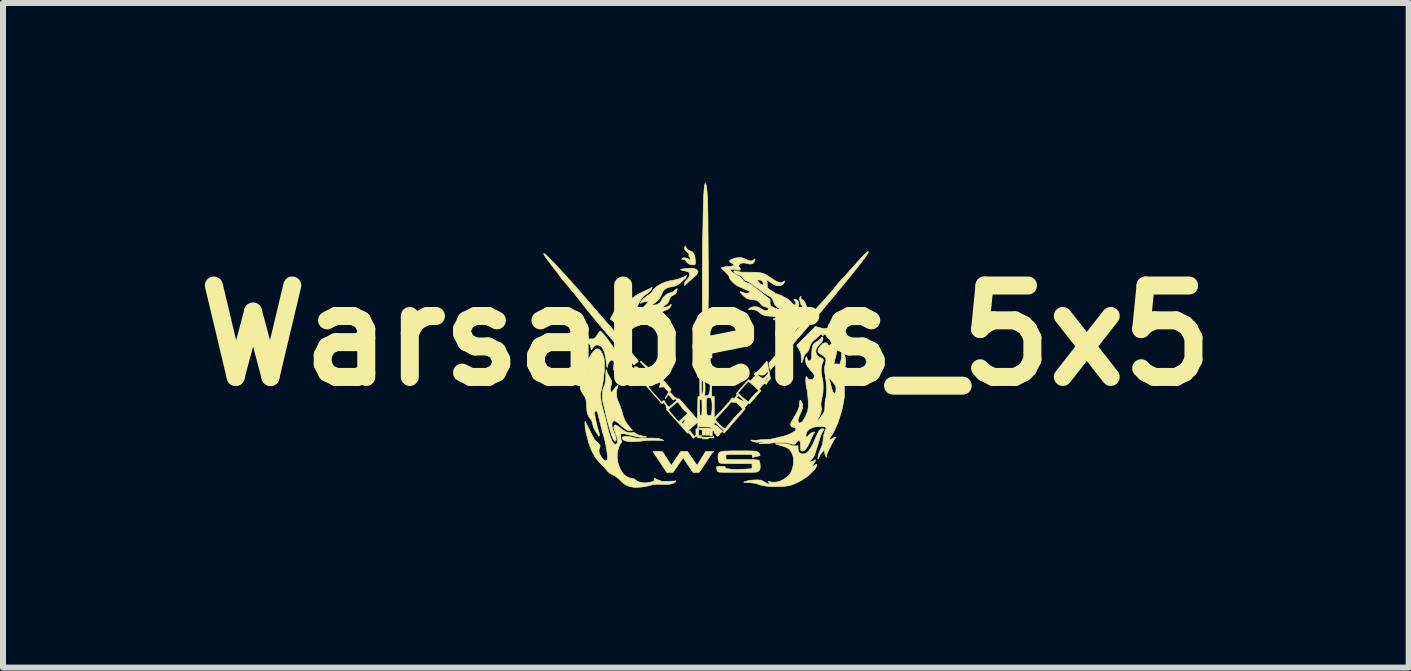
<source format=kicad_pcb>
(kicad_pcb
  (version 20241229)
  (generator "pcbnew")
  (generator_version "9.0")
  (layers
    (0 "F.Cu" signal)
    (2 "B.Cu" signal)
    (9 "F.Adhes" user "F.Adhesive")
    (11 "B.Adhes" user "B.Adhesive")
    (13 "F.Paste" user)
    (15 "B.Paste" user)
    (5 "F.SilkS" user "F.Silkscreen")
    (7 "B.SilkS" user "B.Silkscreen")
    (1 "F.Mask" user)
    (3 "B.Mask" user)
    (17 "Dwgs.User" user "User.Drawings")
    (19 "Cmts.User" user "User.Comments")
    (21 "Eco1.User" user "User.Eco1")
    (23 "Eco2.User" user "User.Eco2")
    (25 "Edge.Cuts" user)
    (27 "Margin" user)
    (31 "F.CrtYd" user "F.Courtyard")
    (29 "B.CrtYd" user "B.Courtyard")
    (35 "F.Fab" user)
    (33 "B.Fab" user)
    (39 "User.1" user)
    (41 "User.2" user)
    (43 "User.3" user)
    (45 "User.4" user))
  (footprint "Warsabers_5x5"
    (layer "F.Cu")
    (at 8.716 2.544)
    (property "Reference" "Warsabers_5x5" (at 0 0 0) (layer "F.SilkS") (effects (font (size 1.524 1.524) (thickness 0.3))))
    (attr through_hole)
    (fp_poly (pts (xy -1.309 1.682) (xy -1.286 1.684) (xy -1.265 1.686) (xy -1.251 1.689) (xy -1.216 1.697) (xy -1.188 1.704) (xy -1.164 1.708) (xy -1.143 1.711) (xy -1.122 1.713) (xy -1.101 1.714) (xy -1.077 1.714) (xy -1.048 1.712) (xy -1.035 1.712) (xy -0.978 1.71) (xy -0.928 1.709) (xy -0.885 1.709) (xy -0.848 1.71) (xy -0.816 1.713) (xy -0.788 1.716) (xy -0.765 1.722) (xy -0.743 1.729) (xy -0.728 1.735) (xy -0.701 1.748) (xy -0.809 1.746) (xy -0.861 1.745) (xy -0.911 1.745) (xy -0.959 1.747) (xy -1.001 1.749) (xy -1.039 1.753) (xy -1.07 1.757) (xy -1.084 1.76) (xy -1.1 1.762) (xy -1.122 1.765) (xy -1.149 1.766) (xy -1.178 1.767) (xy -1.208 1.768) (xy -1.237 1.768) (xy -1.262 1.767) (xy -1.281 1.766) (xy -1.309 1.761) (xy -1.334 1.756) (xy -1.355 1.75) (xy -1.363 1.746) (xy -1.376 1.737) (xy -1.388 1.727) (xy -1.395 1.716) (xy -1.397 1.71) (xy -1.393 1.7) (xy -1.383 1.69) (xy -1.369 1.684) (xy -1.364 1.682) (xy -1.35 1.681) (xy -1.331 1.681) (xy -1.309 1.682)) (stroke (width 0.01) (type solid)) (fill yes) (layer "F.SilkS"))
    (fp_poly (pts (xy -0.231 -1.122) (xy -0.2 -1.119) (xy -0.175 -1.111) (xy -0.172 -1.11) (xy -0.159 -1.102) (xy -0.146 -1.091) (xy -0.136 -1.079) (xy -0.131 -1.068) (xy -0.131 -1.067) (xy -0.134 -1.051) (xy -0.143 -1.033) (xy -0.159 -1.013) (xy -0.181 -0.99) (xy -0.211 -0.963) (xy -0.234 -0.944) (xy -0.254 -0.926) (xy -0.278 -0.906) (xy -0.3 -0.885) (xy -0.314 -0.872) (xy -0.329 -0.858) (xy -0.341 -0.846) (xy -0.35 -0.838) (xy -0.354 -0.834) (xy -0.355 -0.834) (xy -0.355 -0.838) (xy -0.355 -0.848) (xy -0.356 -0.86) (xy -0.355 -0.874) (xy -0.353 -0.885) (xy -0.352 -0.89) (xy -0.347 -0.895) (xy -0.339 -0.905) (xy -0.327 -0.918) (xy -0.317 -0.929) (xy -0.297 -0.953) (xy -0.284 -0.973) (xy -0.275 -0.993) (xy -0.271 -1.012) (xy -0.271 -1.022) (xy -0.272 -1.037) (xy -0.274 -1.046) (xy -0.28 -1.052) (xy -0.282 -1.053) (xy -0.292 -1.059) (xy -0.308 -1.066) (xy -0.328 -1.073) (xy -0.348 -1.078) (xy -0.366 -1.081) (xy -0.367 -1.082) (xy -0.383 -1.085) (xy -0.399 -1.089) (xy -0.412 -1.093) (xy -0.421 -1.097) (xy -0.422 -1.099) (xy -0.419 -1.103) (xy -0.408 -1.107) (xy -0.389 -1.11) (xy -0.363 -1.114) (xy -0.33 -1.118) (xy -0.314 -1.12) (xy -0.269 -1.123) (xy -0.231 -1.122)) (stroke (width 0.01) (type solid)) (fill yes) (layer "F.SilkS"))
    (fp_poly (pts (xy -0.339 -1.491) (xy -0.336 -1.482) (xy -0.334 -1.477) (xy -0.325 -1.459) (xy -0.309 -1.441) (xy -0.287 -1.424) (xy -0.268 -1.414) (xy -0.254 -1.408) (xy -0.242 -1.403) (xy -0.236 -1.401) (xy -0.236 -1.401) (xy -0.228 -1.398) (xy -0.219 -1.389) (xy -0.209 -1.377) (xy -0.201 -1.363) (xy -0.189 -1.334) (xy -0.181 -1.302) (xy -0.176 -1.267) (xy -0.175 -1.249) (xy -0.174 -1.223) (xy -0.175 -1.205) (xy -0.177 -1.192) (xy -0.182 -1.184) (xy -0.191 -1.18) (xy -0.203 -1.179) (xy -0.212 -1.178) (xy -0.241 -1.18) (xy -0.259 -1.185) (xy -0.288 -1.199) (xy -0.311 -1.216) (xy -0.326 -1.235) (xy -0.332 -1.248) (xy -0.338 -1.257) (xy -0.349 -1.264) (xy -0.367 -1.268) (xy -0.379 -1.27) (xy -0.404 -1.272) (xy -0.393 -1.284) (xy -0.386 -1.291) (xy -0.379 -1.295) (xy -0.368 -1.296) (xy -0.357 -1.296) (xy -0.336 -1.294) (xy -0.315 -1.288) (xy -0.303 -1.283) (xy -0.285 -1.275) (xy -0.274 -1.271) (xy -0.267 -1.271) (xy -0.262 -1.273) (xy -0.261 -1.277) (xy -0.261 -1.284) (xy -0.264 -1.295) (xy -0.269 -1.307) (xy -0.275 -1.316) (xy -0.28 -1.321) (xy -0.28 -1.321) (xy -0.283 -1.325) (xy -0.283 -1.336) (xy -0.282 -1.343) (xy -0.281 -1.356) (xy -0.281 -1.364) (xy -0.285 -1.369) (xy -0.291 -1.373) (xy -0.312 -1.388) (xy -0.33 -1.407) (xy -0.345 -1.426) (xy -0.354 -1.446) (xy -0.356 -1.458) (xy -0.355 -1.468) (xy -0.352 -1.48) (xy -0.347 -1.489) (xy -0.342 -1.494) (xy -0.341 -1.494) (xy -0.339 -1.491)) (stroke (width 0.01) (type solid)) (fill yes) (layer "F.SilkS"))
    (fp_poly (pts (xy -0.895 -0.801) (xy -0.898 -0.792) (xy -0.9 -0.789) (xy -0.912 -0.767) (xy -0.93 -0.744) (xy -0.953 -0.721) (xy -0.979 -0.702) (xy -0.98 -0.701) (xy -1.015 -0.676) (xy -1.043 -0.652) (xy -1.066 -0.624) (xy -1.087 -0.593) (xy -1.107 -0.557) (xy -1.115 -0.541) (xy -1.121 -0.529) (xy -1.125 -0.522) (xy -1.126 -0.521) (xy -1.129 -0.516) (xy -1.134 -0.506) (xy -1.136 -0.502) (xy -1.158 -0.463) (xy -1.184 -0.428) (xy -1.213 -0.398) (xy -1.229 -0.385) (xy -1.244 -0.376) (xy -1.259 -0.373) (xy -1.266 -0.373) (xy -1.28 -0.372) (xy -1.289 -0.368) (xy -1.299 -0.36) (xy -1.3 -0.358) (xy -1.31 -0.349) (xy -1.324 -0.34) (xy -1.34 -0.33) (xy -1.355 -0.323) (xy -1.367 -0.318) (xy -1.372 -0.318) (xy -1.381 -0.32) (xy -1.385 -0.322) (xy -1.395 -0.331) (xy -1.404 -0.344) (xy -1.412 -0.36) (xy -1.416 -0.374) (xy -1.416 -0.376) (xy -1.415 -0.394) (xy -1.408 -0.417) (xy -1.397 -0.443) (xy -1.382 -0.47) (xy -1.364 -0.498) (xy -1.343 -0.524) (xy -1.332 -0.537) (xy -1.318 -0.551) (xy -1.298 -0.568) (xy -1.276 -0.587) (xy -1.252 -0.606) (xy -1.229 -0.622) (xy -1.217 -0.631) (xy -1.202 -0.641) (xy -1.19 -0.65) (xy -1.183 -0.655) (xy -1.181 -0.656) (xy -1.177 -0.66) (xy -1.167 -0.666) (xy -1.158 -0.671) (xy -1.141 -0.681) (xy -1.127 -0.689) (xy -1.115 -0.696) (xy -1.103 -0.702) (xy -1.089 -0.709) (xy -1.073 -0.717) (xy -1.052 -0.727) (xy -1.026 -0.739) (xy -1.016 -0.744) (xy -0.978 -0.762) (xy -0.948 -0.777) (xy -0.924 -0.789) (xy -0.913 -0.795) (xy -0.903 -0.801) (xy -0.896 -0.804) (xy -0.895 -0.804) (xy -0.895 -0.801)) (stroke (width 0.01) (type solid)) (fill yes) (layer "F.SilkS"))
    (fp_poly (pts (xy -1.428 -0.485) (xy -1.433 -0.481) (xy -1.441 -0.474) (xy -1.459 -0.453) (xy -1.471 -0.428) (xy -1.477 -0.4) (xy -1.477 -0.371) (xy -1.47 -0.343) (xy -1.466 -0.336) (xy -1.451 -0.312) (xy -1.431 -0.294) (xy -1.404 -0.281) (xy -1.403 -0.28) (xy -1.382 -0.273) (xy -1.364 -0.271) (xy -1.347 -0.275) (xy -1.326 -0.283) (xy -1.317 -0.288) (xy -1.302 -0.296) (xy -1.288 -0.303) (xy -1.278 -0.306) (xy -1.276 -0.307) (xy -1.266 -0.309) (xy -1.274 -0.296) (xy -1.29 -0.272) (xy -1.3 -0.248) (xy -1.307 -0.225) (xy -1.308 -0.206) (xy -1.304 -0.191) (xy -1.298 -0.183) (xy -1.29 -0.178) (xy -1.281 -0.177) (xy -1.267 -0.178) (xy -1.266 -0.178) (xy -1.252 -0.181) (xy -1.24 -0.185) (xy -1.236 -0.186) (xy -1.23 -0.189) (xy -1.228 -0.188) (xy -1.224 -0.188) (xy -1.217 -0.192) (xy -1.216 -0.192) (xy -1.197 -0.201) (xy -1.174 -0.208) (xy -1.147 -0.212) (xy -1.116 -0.216) (xy -1.089 -0.218) (xy -1.069 -0.222) (xy -1.054 -0.226) (xy -1.049 -0.228) (xy -1.037 -0.234) (xy -1.032 -0.236) (xy -1.03 -0.235) (xy -1.032 -0.23) (xy -1.041 -0.214) (xy -1.057 -0.199) (xy -1.077 -0.185) (xy -1.102 -0.174) (xy -1.122 -0.167) (xy -1.152 -0.157) (xy -1.182 -0.144) (xy -1.21 -0.127) (xy -1.235 -0.109) (xy -1.255 -0.09) (xy -1.265 -0.077) (xy -1.274 -0.063) (xy -1.282 -0.047) (xy -1.29 -0.032) (xy -1.295 -0.019) (xy -1.298 -0.011) (xy -1.298 -0.009) (xy -1.299 -0.004) (xy -1.302 0.006) (xy -1.304 0.011) (xy -1.311 0.027) (xy -1.316 0.017) (xy -1.323 0.007) (xy -1.328 0) (xy -1.334 -0.007) (xy -1.342 -0.018) (xy -1.345 -0.022) (xy -1.366 -0.05) (xy -1.386 -0.074) (xy -1.404 -0.097) (xy -1.424 -0.119) (xy -1.447 -0.143) (xy -1.474 -0.17) (xy -1.474 -0.171) (xy -1.496 -0.192) (xy -1.517 -0.212) (xy -1.537 -0.23) (xy -1.553 -0.245) (xy -1.566 -0.255) (xy -1.569 -0.258) (xy -1.595 -0.276) (xy -1.583 -0.294) (xy -1.578 -0.303) (xy -1.569 -0.319) (xy -1.558 -0.339) (xy -1.547 -0.361) (xy -1.539 -0.376) (xy -1.528 -0.398) (xy -1.517 -0.418) (xy -1.507 -0.436) (xy -1.5 -0.448) (xy -1.496 -0.452) (xy -1.483 -0.464) (xy -1.466 -0.474) (xy -1.446 -0.482) (xy -1.437 -0.485) (xy -1.43 -0.486) (xy -1.428 -0.485)) (stroke (width 0.01) (type solid)) (fill yes) (layer "F.SilkS"))
    (fp_poly (pts (xy 1.589 -0.649) (xy 1.588 -0.644) (xy 1.583 -0.63) (xy 1.585 -0.619) (xy 1.595 -0.608) (xy 1.604 -0.602) (xy 1.63 -0.581) (xy 1.652 -0.553) (xy 1.667 -0.52) (xy 1.677 -0.482) (xy 1.681 -0.44) (xy 1.681 -0.437) (xy 1.68 -0.414) (xy 1.677 -0.396) (xy 1.672 -0.379) (xy 1.663 -0.363) (xy 1.65 -0.344) (xy 1.632 -0.322) (xy 1.618 -0.306) (xy 1.6 -0.288) (xy 1.58 -0.269) (xy 1.558 -0.25) (xy 1.536 -0.231) (xy 1.515 -0.214) (xy 1.496 -0.199) (xy 1.48 -0.187) (xy 1.467 -0.18) (xy 1.461 -0.178) (xy 1.456 -0.175) (xy 1.456 -0.174) (xy 1.452 -0.17) (xy 1.442 -0.166) (xy 1.426 -0.163) (xy 1.407 -0.161) (xy 1.386 -0.16) (xy 1.366 -0.16) (xy 1.347 -0.161) (xy 1.343 -0.162) (xy 1.33 -0.165) (xy 1.314 -0.17) (xy 1.297 -0.176) (xy 1.281 -0.183) (xy 1.269 -0.189) (xy 1.262 -0.194) (xy 1.262 -0.194) (xy 1.258 -0.198) (xy 1.248 -0.206) (xy 1.236 -0.216) (xy 1.234 -0.218) (xy 1.211 -0.234) (xy 1.187 -0.248) (xy 1.163 -0.259) (xy 1.143 -0.265) (xy 1.142 -0.265) (xy 1.132 -0.268) (xy 1.126 -0.271) (xy 1.126 -0.271) (xy 1.13 -0.278) (xy 1.14 -0.284) (xy 1.154 -0.288) (xy 1.169 -0.29) (xy 1.17 -0.29) (xy 1.181 -0.289) (xy 1.191 -0.287) (xy 1.204 -0.283) (xy 1.219 -0.276) (xy 1.239 -0.266) (xy 1.265 -0.253) (xy 1.266 -0.252) (xy 1.293 -0.239) (xy 1.316 -0.233) (xy 1.335 -0.232) (xy 1.345 -0.235) (xy 1.353 -0.24) (xy 1.36 -0.247) (xy 1.367 -0.26) (xy 1.373 -0.272) (xy 1.382 -0.29) (xy 1.391 -0.302) (xy 1.401 -0.309) (xy 1.416 -0.313) (xy 1.434 -0.315) (xy 1.448 -0.317) (xy 1.46 -0.32) (xy 1.471 -0.326) (xy 1.484 -0.335) (xy 1.499 -0.349) (xy 1.519 -0.368) (xy 1.522 -0.371) (xy 1.55 -0.399) (xy 1.572 -0.423) (xy 1.588 -0.442) (xy 1.599 -0.458) (xy 1.606 -0.47) (xy 1.609 -0.481) (xy 1.609 -0.483) (xy 1.607 -0.497) (xy 1.6 -0.505) (xy 1.6 -0.505) (xy 1.592 -0.51) (xy 1.587 -0.51) (xy 1.585 -0.512) (xy 1.584 -0.52) (xy 1.584 -0.522) (xy 1.583 -0.533) (xy 1.579 -0.548) (xy 1.573 -0.563) (xy 1.565 -0.587) (xy 1.562 -0.61) (xy 1.563 -0.628) (xy 1.57 -0.641) (xy 1.571 -0.643) (xy 1.58 -0.65) (xy 1.587 -0.652) (xy 1.589 -0.649)) (stroke (width 0.01) (type solid)) (fill yes) (layer "F.SilkS"))
    (fp_poly (pts (xy -0.003 -2.533) (xy 0.001 -2.521) (xy 0.006 -2.502) (xy 0.01 -2.477) (xy 0.014 -2.449) (xy 0.018 -2.417) (xy 0.021 -2.383) (xy 0.023 -2.349) (xy 0.025 -2.317) (xy 0.027 -2.286) (xy 0.028 -2.254) (xy 0.029 -2.222) (xy 0.031 -2.188) (xy 0.032 -2.151) (xy 0.032 -2.112) (xy 0.033 -2.068) (xy 0.034 -2.02) (xy 0.035 -1.966) (xy 0.035 -1.906) (xy 0.036 -1.84) (xy 0.036 -1.766) (xy 0.036 -1.755) (xy 0.037 -1.69) (xy 0.037 -1.622) (xy 0.038 -1.553) (xy 0.038 -1.483) (xy 0.039 -1.414) (xy 0.039 -1.347) (xy 0.04 -1.283) (xy 0.041 -1.223) (xy 0.041 -1.169) (xy 0.042 -1.121) (xy 0.042 -1.103) (xy 0.042 -1.053) (xy 0.043 -1.007) (xy 0.043 -0.962) (xy 0.043 -0.918) (xy 0.043 -0.875) (xy 0.043 -0.83) (xy 0.043 -0.784) (xy 0.042 -0.736) (xy 0.042 -0.684) (xy 0.041 -0.628) (xy 0.04 -0.567) (xy 0.039 -0.5) (xy 0.038 -0.427) (xy 0.036 -0.351) (xy 0.035 -0.309) (xy 0.034 -0.265) (xy 0.033 -0.222) (xy 0.031 -0.179) (xy 0.03 -0.138) (xy 0.028 -0.099) (xy 0.026 -0.064) (xy 0.024 -0.033) (xy 0.023 -0.008) (xy 0.021 0.011) (xy 0.019 0.023) (xy 0.019 0.025) (xy 0.018 0.032) (xy 0.016 0.045) (xy 0.014 0.062) (xy 0.013 0.069) (xy 0.009 0.097) (xy 0.006 0.117) (xy 0.001 0.131) (xy -0.004 0.138) (xy -0.008 0.14) (xy -0.013 0.138) (xy -0.017 0.131) (xy -0.019 0.12) (xy -0.021 0.105) (xy -0.024 0.087) (xy -0.027 0.067) (xy -0.027 0.066) (xy -0.032 0.035) (xy -0.038 -0.003) (xy -0.044 -0.044) (xy -0.049 -0.088) (xy -0.053 -0.118) (xy -0.054 -0.126) (xy -0.055 -0.136) (xy -0.055 -0.148) (xy -0.056 -0.162) (xy -0.057 -0.179) (xy -0.057 -0.2) (xy -0.057 -0.224) (xy -0.058 -0.252) (xy -0.058 -0.285) (xy -0.058 -0.323) (xy -0.059 -0.366) (xy -0.059 -0.414) (xy -0.059 -0.469) (xy -0.059 -0.531) (xy -0.059 -0.599) (xy -0.059 -0.675) (xy -0.059 -0.758) (xy -0.059 -0.823) (xy -0.059 -0.898) (xy -0.059 -0.972) (xy -0.059 -1.045) (xy -0.059 -1.115) (xy -0.058 -1.182) (xy -0.058 -1.246) (xy -0.058 -1.306) (xy -0.057 -1.362) (xy -0.057 -1.412) (xy -0.057 -1.457) (xy -0.056 -1.495) (xy -0.056 -1.527) (xy -0.055 -1.552) (xy -0.055 -1.568) (xy -0.055 -1.571) (xy -0.054 -1.593) (xy -0.053 -1.622) (xy -0.052 -1.657) (xy -0.051 -1.698) (xy -0.05 -1.743) (xy -0.049 -1.79) (xy -0.048 -1.84) (xy -0.047 -1.89) (xy -0.047 -1.928) (xy -0.046 -1.978) (xy -0.045 -2.029) (xy -0.044 -2.079) (xy -0.043 -2.126) (xy -0.042 -2.171) (xy -0.041 -2.212) (xy -0.04 -2.247) (xy -0.039 -2.276) (xy -0.038 -2.292) (xy -0.036 -2.332) (xy -0.034 -2.365) (xy -0.032 -2.394) (xy -0.03 -2.422) (xy -0.027 -2.452) (xy -0.023 -2.484) (xy -0.023 -2.489) (xy -0.02 -2.505) (xy -0.017 -2.52) (xy -0.012 -2.531) (xy -0.008 -2.538) (xy -0.007 -2.539) (xy -0.003 -2.533)) (stroke (width 0.01) (type solid)) (fill yes) (layer "F.SilkS"))
    (fp_poly (pts (xy 2.28 -0.171) (xy 2.28 -0.166) (xy 2.278 -0.157) (xy 2.275 -0.146) (xy 2.267 -0.126) (xy 2.253 -0.107) (xy 2.239 -0.093) (xy 2.223 -0.082) (xy 2.204 -0.072) (xy 2.185 -0.064) (xy 2.169 -0.06) (xy 2.162 -0.059) (xy 2.146 -0.057) (xy 2.127 -0.051) (xy 2.108 -0.044) (xy 2.095 -0.037) (xy 2.085 -0.026) (xy 2.076 -0.011) (xy 2.072 0.004) (xy 2.072 0.011) (xy 2.075 0.022) (xy 2.077 0.026) (xy 2.081 0.04) (xy 2.082 0.047) (xy 2.077 0.05) (xy 2.067 0.051) (xy 2.063 0.051) (xy 2.05 0.05) (xy 2.04 0.046) (xy 2.031 0.037) (xy 2.029 0.036) (xy 2.019 0.023) (xy 2.009 0.007) (xy 2.004 -0.002) (xy 1.998 -0.015) (xy 1.993 -0.023) (xy 1.99 -0.025) (xy 1.975 -0.021) (xy 1.964 -0.011) (xy 1.962 -0.008) (xy 1.957 0.000161) (xy 1.953 0.002) (xy 1.945 -0.002) (xy 1.945 -0.003) (xy 1.935 -0.012) (xy 1.928 -0.021) (xy 1.923 -0.032) (xy 1.881 0.009) (xy 1.864 0.026) (xy 1.846 0.042) (xy 1.831 0.056) (xy 1.819 0.065) (xy 1.818 0.066) (xy 1.792 0.087) (xy 1.772 0.106) (xy 1.758 0.126) (xy 1.746 0.148) (xy 1.736 0.175) (xy 1.736 0.178) (xy 1.725 0.211) (xy 1.716 0.236) (xy 1.706 0.256) (xy 1.696 0.271) (xy 1.685 0.283) (xy 1.676 0.29) (xy 1.655 0.309) (xy 1.64 0.333) (xy 1.629 0.363) (xy 1.628 0.364) (xy 1.621 0.39) (xy 1.614 0.414) (xy 1.608 0.432) (xy 1.604 0.446) (xy 1.6 0.452) (xy 1.599 0.453) (xy 1.597 0.449) (xy 1.594 0.44) (xy 1.594 0.439) (xy 1.593 0.43) (xy 1.592 0.414) (xy 1.591 0.394) (xy 1.59 0.373) (xy 1.589 0.351) (xy 1.588 0.331) (xy 1.587 0.315) (xy 1.586 0.306) (xy 1.582 0.29) (xy 1.574 0.27) (xy 1.565 0.249) (xy 1.554 0.228) (xy 1.544 0.21) (xy 1.534 0.197) (xy 1.53 0.193) (xy 1.522 0.182) (xy 1.519 0.169) (xy 1.521 0.156) (xy 1.522 0.155) (xy 1.526 0.151) (xy 1.536 0.14) (xy 1.55 0.126) (xy 1.569 0.107) (xy 1.591 0.085) (xy 1.615 0.061) (xy 1.642 0.034) (xy 1.66 0.017) (xy 1.688 -0.011) (xy 1.715 -0.038) (xy 1.74 -0.063) (xy 1.762 -0.085) (xy 1.78 -0.104) (xy 1.794 -0.119) (xy 1.804 -0.129) (xy 1.806 -0.132) (xy 1.815 -0.143) (xy 1.824 -0.15) (xy 1.828 -0.152) (xy 1.835 -0.151) (xy 1.848 -0.147) (xy 1.864 -0.142) (xy 1.867 -0.141) (xy 1.894 -0.133) (xy 1.921 -0.125) (xy 1.945 -0.119) (xy 1.965 -0.115) (xy 1.977 -0.114) (xy 1.998 -0.117) (xy 2.023 -0.123) (xy 2.049 -0.132) (xy 2.066 -0.14) (xy 2.075 -0.144) (xy 2.084 -0.148) (xy 2.092 -0.15) (xy 2.103 -0.151) (xy 2.117 -0.152) (xy 2.136 -0.152) (xy 2.16 -0.152) (xy 2.186 -0.153) (xy 2.205 -0.153) (xy 2.219 -0.154) (xy 2.229 -0.155) (xy 2.238 -0.158) (xy 2.246 -0.161) (xy 2.25 -0.163) (xy 2.266 -0.17) (xy 2.276 -0.173) (xy 2.28 -0.171)) (stroke (width 0.01) (type solid)) (fill yes) (layer "F.SilkS"))
    (fp_poly (pts (xy -1.754 -0.073) (xy -1.744 -0.064) (xy -1.731 -0.051) (xy -1.715 -0.034) (xy -1.698 -0.015) (xy -1.681 0.006) (xy -1.664 0.027) (xy -1.655 0.038) (xy -1.647 0.049) (xy -1.64 0.057) (xy -1.638 0.059) (xy -1.635 0.064) (xy -1.628 0.073) (xy -1.621 0.083) (xy -1.612 0.096) (xy -1.6 0.113) (xy -1.587 0.131) (xy -1.583 0.135) (xy -1.572 0.151) (xy -1.562 0.164) (xy -1.556 0.174) (xy -1.554 0.176) (xy -1.548 0.186) (xy -1.544 0.191) (xy -1.539 0.198) (xy -1.531 0.209) (xy -1.524 0.218) (xy -1.516 0.23) (xy -1.508 0.24) (xy -1.505 0.243) (xy -1.499 0.249) (xy -1.492 0.259) (xy -1.49 0.262) (xy -1.482 0.273) (xy -1.471 0.288) (xy -1.46 0.301) (xy -1.449 0.314) (xy -1.44 0.327) (xy -1.434 0.337) (xy -1.43 0.351) (xy -1.428 0.37) (xy -1.43 0.391) (xy -1.434 0.411) (xy -1.437 0.42) (xy -1.441 0.432) (xy -1.446 0.448) (xy -1.452 0.467) (xy -1.454 0.475) (xy -1.458 0.49) (xy -1.461 0.504) (xy -1.463 0.518) (xy -1.464 0.534) (xy -1.464 0.555) (xy -1.465 0.581) (xy -1.465 0.593) (xy -1.464 0.624) (xy -1.464 0.649) (xy -1.462 0.669) (xy -1.46 0.686) (xy -1.457 0.701) (xy -1.457 0.704) (xy -1.453 0.719) (xy -1.451 0.731) (xy -1.45 0.736) (xy -1.45 0.737) (xy -1.453 0.734) (xy -1.461 0.727) (xy -1.469 0.72) (xy -1.481 0.708) (xy -1.49 0.694) (xy -1.496 0.677) (xy -1.5 0.653) (xy -1.501 0.648) (xy -1.506 0.622) (xy -1.513 0.603) (xy -1.522 0.588) (xy -1.524 0.586) (xy -1.532 0.577) (xy -1.537 0.566) (xy -1.539 0.554) (xy -1.539 0.538) (xy -1.536 0.516) (xy -1.535 0.505) (xy -1.531 0.475) (xy -1.531 0.452) (xy -1.534 0.434) (xy -1.542 0.421) (xy -1.548 0.415) (xy -1.559 0.408) (xy -1.569 0.407) (xy -1.581 0.413) (xy -1.594 0.424) (xy -1.608 0.439) (xy -1.619 0.455) (xy -1.628 0.474) (xy -1.636 0.5) (xy -1.638 0.506) (xy -1.646 0.536) (xy -1.65 0.519) (xy -1.654 0.503) (xy -1.655 0.489) (xy -1.655 0.487) (xy -1.656 0.477) (xy -1.657 0.46) (xy -1.66 0.441) (xy -1.662 0.423) (xy -1.671 0.364) (xy -1.682 0.313) (xy -1.694 0.27) (xy -1.708 0.234) (xy -1.724 0.205) (xy -1.743 0.184) (xy -1.763 0.168) (xy -1.786 0.159) (xy -1.811 0.157) (xy -1.831 0.159) (xy -1.849 0.167) (xy -1.866 0.182) (xy -1.884 0.203) (xy -1.89 0.213) (xy -1.9 0.228) (xy -1.906 0.236) (xy -1.911 0.235) (xy -1.913 0.227) (xy -1.915 0.21) (xy -1.915 0.207) (xy -1.919 0.182) (xy -1.926 0.162) (xy -1.937 0.144) (xy -1.952 0.128) (xy -1.971 0.115) (xy -1.995 0.105) (xy -2.021 0.099) (xy -2.039 0.097) (xy -2.064 0.097) (xy -2.053 0.089) (xy -2.03 0.075) (xy -1.999 0.065) (xy -1.961 0.059) (xy -1.915 0.055) (xy -1.894 0.055) (xy -1.879 0.055) (xy -1.868 0.053) (xy -1.86 0.048) (xy -1.85 0.04) (xy -1.838 0.027) (xy -1.825 0.011) (xy -1.821 0.005) (xy -1.813 -0.007) (xy -1.807 -0.016) (xy -1.805 -0.019) (xy -1.801 -0.026) (xy -1.795 -0.036) (xy -1.793 -0.038) (xy -1.785 -0.051) (xy -1.775 -0.064) (xy -1.766 -0.072) (xy -1.759 -0.076) (xy -1.759 -0.076) (xy -1.754 -0.073)) (stroke (width 0.01) (type solid)) (fill yes) (layer "F.SilkS"))
    (fp_poly (pts (xy -0.758 1.93) (xy -0.743 1.931) (xy -0.732 1.934) (xy -0.723 1.94) (xy -0.715 1.949) (xy -0.706 1.962) (xy -0.694 1.98) (xy -0.688 1.99) (xy -0.674 2.012) (xy -0.657 2.037) (xy -0.64 2.063) (xy -0.627 2.084) (xy -0.615 2.103) (xy -0.603 2.121) (xy -0.594 2.135) (xy -0.588 2.145) (xy -0.588 2.146) (xy -0.582 2.155) (xy -0.576 2.159) (xy -0.576 2.159) (xy -0.572 2.156) (xy -0.564 2.147) (xy -0.555 2.134) (xy -0.552 2.13) (xy -0.541 2.113) (xy -0.527 2.093) (xy -0.514 2.073) (xy -0.51 2.068) (xy -0.499 2.051) (xy -0.484 2.03) (xy -0.469 2.007) (xy -0.454 1.985) (xy -0.452 1.982) (xy -0.417 1.93) (xy -0.362 1.93) (xy -0.307 1.93) (xy -0.285 1.963) (xy -0.271 1.983) (xy -0.256 2.005) (xy -0.242 2.026) (xy -0.239 2.03) (xy -0.226 2.048) (xy -0.214 2.067) (xy -0.203 2.083) (xy -0.2 2.087) (xy -0.191 2.099) (xy -0.185 2.108) (xy -0.182 2.112) (xy -0.179 2.117) (xy -0.172 2.126) (xy -0.165 2.137) (xy -0.157 2.148) (xy -0.15 2.156) (xy -0.147 2.159) (xy -0.143 2.156) (xy -0.137 2.147) (xy -0.131 2.139) (xy -0.123 2.127) (xy -0.117 2.116) (xy -0.114 2.112) (xy -0.107 2.101) (xy -0.099 2.088) (xy -0.091 2.075) (xy -0.085 2.065) (xy -0.083 2.062) (xy -0.08 2.055) (xy -0.073 2.044) (xy -0.064 2.029) (xy -0.057 2.019) (xy -0.045 2) (xy -0.033 1.98) (xy -0.022 1.962) (xy -0.019 1.957) (xy -0.004 1.93) (xy 0.134 1.93) (xy 0.108 1.957) (xy 0.095 1.971) (xy 0.085 1.984) (xy 0.077 1.994) (xy 0.076 1.996) (xy 0.073 2.002) (xy 0.065 2.014) (xy 0.054 2.032) (xy 0.04 2.053) (xy 0.024 2.077) (xy 0.007 2.103) (xy -0.011 2.131) (xy -0.029 2.158) (xy -0.047 2.185) (xy -0.063 2.209) (xy -0.077 2.231) (xy -0.089 2.249) (xy -0.098 2.261) (xy -0.098 2.262) (xy -0.112 2.281) (xy -0.15 2.281) (xy -0.169 2.281) (xy -0.184 2.282) (xy -0.195 2.284) (xy -0.197 2.285) (xy -0.202 2.287) (xy -0.206 2.285) (xy -0.212 2.28) (xy -0.22 2.27) (xy -0.229 2.257) (xy -0.239 2.242) (xy -0.253 2.222) (xy -0.269 2.199) (xy -0.284 2.176) (xy -0.29 2.167) (xy -0.305 2.145) (xy -0.32 2.123) (xy -0.334 2.103) (xy -0.345 2.087) (xy -0.348 2.081) (xy -0.358 2.067) (xy -0.365 2.054) (xy -0.368 2.046) (xy -0.368 2.044) (xy -0.37 2.038) (xy -0.372 2.036) (xy -0.374 2.037) (xy -0.377 2.039) (xy -0.381 2.043) (xy -0.387 2.049) (xy -0.394 2.06) (xy -0.404 2.074) (xy -0.418 2.093) (xy -0.434 2.117) (xy -0.455 2.147) (xy -0.469 2.167) (xy -0.479 2.183) (xy -0.488 2.195) (xy -0.493 2.203) (xy -0.495 2.206) (xy -0.499 2.21) (xy -0.505 2.22) (xy -0.514 2.232) (xy -0.524 2.246) (xy -0.533 2.26) (xy -0.539 2.27) (xy -0.543 2.275) (xy -0.547 2.279) (xy -0.554 2.281) (xy -0.565 2.281) (xy -0.582 2.281) (xy -0.586 2.281) (xy -0.604 2.281) (xy -0.621 2.282) (xy -0.633 2.283) (xy -0.635 2.284) (xy -0.642 2.285) (xy -0.648 2.282) (xy -0.655 2.274) (xy -0.662 2.265) (xy -0.67 2.254) (xy -0.676 2.245) (xy -0.677 2.242) (xy -0.68 2.238) (xy -0.687 2.227) (xy -0.698 2.209) (xy -0.714 2.185) (xy -0.732 2.159) (xy -0.736 2.154) (xy -0.743 2.142) (xy -0.754 2.126) (xy -0.767 2.107) (xy -0.781 2.084) (xy -0.787 2.076) (xy -0.803 2.051) (xy -0.819 2.027) (xy -0.834 2.004) (xy -0.847 1.984) (xy -0.857 1.97) (xy -0.858 1.968) (xy -0.867 1.954) (xy -0.875 1.942) (xy -0.879 1.935) (xy -0.88 1.934) (xy -0.876 1.933) (xy -0.866 1.932) (xy -0.849 1.931) (xy -0.828 1.931) (xy -0.806 1.93) (xy -0.778 1.93) (xy -0.758 1.93)) (stroke (width 0.01) (type solid)) (fill yes) (layer "F.SilkS"))
    (fp_poly (pts (xy 0.619 1.922) (xy 0.666 1.922) (xy 0.706 1.922) (xy 0.74 1.923) (xy 0.767 1.923) (xy 0.79 1.924) (xy 0.809 1.926) (xy 0.824 1.927) (xy 0.836 1.93) (xy 0.846 1.932) (xy 0.855 1.935) (xy 0.862 1.939) (xy 0.87 1.944) (xy 0.872 1.945) (xy 0.888 1.959) (xy 0.9 1.977) (xy 0.905 1.992) (xy 0.904 1.997) (xy 0.9 2.001) (xy 0.891 2.004) (xy 0.877 2.008) (xy 0.855 2.013) (xy 0.829 2.019) (xy 0.803 2.025) (xy 0.782 2.03) (xy 0.777 2.029) (xy 0.775 2.024) (xy 0.775 2.014) (xy 0.774 2.001) (xy 0.771 1.991) (xy 0.77 1.989) (xy 0.769 1.988) (xy 0.767 1.986) (xy 0.763 1.985) (xy 0.757 1.984) (xy 0.749 1.983) (xy 0.736 1.982) (xy 0.719 1.982) (xy 0.697 1.982) (xy 0.669 1.981) (xy 0.635 1.981) (xy 0.594 1.981) (xy 0.558 1.981) (xy 0.505 1.981) (xy 0.458 1.982) (xy 0.419 1.982) (xy 0.388 1.983) (xy 0.365 1.983) (xy 0.35 1.984) (xy 0.343 1.986) (xy 0.343 1.986) (xy 0.338 1.989) (xy 0.336 1.996) (xy 0.335 2.009) (xy 0.334 2.017) (xy 0.335 2.033) (xy 0.337 2.047) (xy 0.339 2.055) (xy 0.344 2.066) (xy 0.58 2.066) (xy 0.639 2.066) (xy 0.69 2.066) (xy 0.734 2.067) (xy 0.771 2.068) (xy 0.802 2.069) (xy 0.827 2.07) (xy 0.847 2.072) (xy 0.863 2.075) (xy 0.875 2.078) (xy 0.884 2.081) (xy 0.889 2.085) (xy 0.893 2.09) (xy 0.895 2.096) (xy 0.895 2.097) (xy 0.901 2.129) (xy 0.905 2.159) (xy 0.906 2.188) (xy 0.905 2.211) (xy 0.901 2.229) (xy 0.9 2.232) (xy 0.888 2.251) (xy 0.869 2.265) (xy 0.855 2.272) (xy 0.851 2.273) (xy 0.845 2.275) (xy 0.838 2.276) (xy 0.828 2.277) (xy 0.816 2.277) (xy 0.799 2.278) (xy 0.779 2.279) (xy 0.753 2.279) (xy 0.722 2.279) (xy 0.684 2.279) (xy 0.64 2.28) (xy 0.588 2.28) (xy 0.567 2.28) (xy 0.519 2.28) (xy 0.472 2.28) (xy 0.427 2.28) (xy 0.386 2.28) (xy 0.348 2.28) (xy 0.316 2.279) (xy 0.289 2.279) (xy 0.269 2.278) (xy 0.256 2.278) (xy 0.256 2.278) (xy 0.231 2.276) (xy 0.213 2.272) (xy 0.201 2.267) (xy 0.193 2.259) (xy 0.188 2.248) (xy 0.187 2.245) (xy 0.182 2.225) (xy 0.18 2.207) (xy 0.179 2.194) (xy 0.182 2.187) (xy 0.182 2.186) (xy 0.189 2.185) (xy 0.201 2.183) (xy 0.218 2.182) (xy 0.237 2.181) (xy 0.258 2.181) (xy 0.278 2.181) (xy 0.296 2.181) (xy 0.31 2.182) (xy 0.318 2.183) (xy 0.32 2.184) (xy 0.319 2.193) (xy 0.324 2.203) (xy 0.33 2.209) (xy 0.344 2.215) (xy 0.365 2.219) (xy 0.393 2.224) (xy 0.427 2.227) (xy 0.465 2.229) (xy 0.506 2.23) (xy 0.551 2.23) (xy 0.597 2.229) (xy 0.641 2.227) (xy 0.669 2.226) (xy 0.695 2.224) (xy 0.718 2.222) (xy 0.736 2.221) (xy 0.748 2.22) (xy 0.748 2.22) (xy 0.77 2.217) (xy 0.77 2.134) (xy 0.52 2.134) (xy 0.464 2.134) (xy 0.417 2.133) (xy 0.377 2.133) (xy 0.343 2.133) (xy 0.315 2.132) (xy 0.293 2.132) (xy 0.275 2.131) (xy 0.261 2.129) (xy 0.25 2.128) (xy 0.242 2.126) (xy 0.236 2.123) (xy 0.231 2.12) (xy 0.227 2.117) (xy 0.217 2.106) (xy 0.21 2.093) (xy 0.206 2.075) (xy 0.204 2.052) (xy 0.203 2.031) (xy 0.203 2.01) (xy 0.204 1.995) (xy 0.205 1.985) (xy 0.208 1.977) (xy 0.212 1.969) (xy 0.216 1.963) (xy 0.222 1.956) (xy 0.228 1.949) (xy 0.235 1.943) (xy 0.244 1.938) (xy 0.255 1.934) (xy 0.269 1.931) (xy 0.287 1.928) (xy 0.309 1.926) (xy 0.336 1.925) (xy 0.368 1.924) (xy 0.406 1.923) (xy 0.451 1.922) (xy 0.503 1.922) (xy 0.563 1.922) (xy 0.565 1.922) (xy 0.619 1.922)) (stroke (width 0.01) (type solid)) (fill yes) (layer "F.SilkS"))
    (fp_poly (pts (xy -1.658 0.567) (xy -1.656 0.573) (xy -1.653 0.584) (xy -1.649 0.597) (xy -1.645 0.61) (xy -1.643 0.62) (xy -1.643 0.622) (xy -1.64 0.63) (xy -1.637 0.635) (xy -1.632 0.641) (xy -1.625 0.653) (xy -1.616 0.668) (xy -1.614 0.673) (xy -1.604 0.692) (xy -1.594 0.711) (xy -1.585 0.727) (xy -1.584 0.728) (xy -1.573 0.753) (xy -1.568 0.776) (xy -1.57 0.798) (xy -1.574 0.815) (xy -1.582 0.841) (xy -1.587 0.867) (xy -1.59 0.892) (xy -1.589 0.913) (xy -1.587 0.925) (xy -1.582 0.937) (xy -1.576 0.942) (xy -1.568 0.94) (xy -1.559 0.931) (xy -1.547 0.915) (xy -1.542 0.908) (xy -1.528 0.889) (xy -1.512 0.869) (xy -1.496 0.852) (xy -1.493 0.849) (xy -1.48 0.837) (xy -1.472 0.83) (xy -1.468 0.828) (xy -1.466 0.831) (xy -1.466 0.832) (xy -1.466 0.842) (xy -1.469 0.853) (xy -1.473 0.863) (xy -1.476 0.87) (xy -1.477 0.876) (xy -1.48 0.888) (xy -1.483 0.898) (xy -1.486 0.916) (xy -1.489 0.94) (xy -1.49 0.967) (xy -1.49 0.969) (xy -1.489 0.988) (xy -1.488 1.006) (xy -1.485 1.022) (xy -1.481 1.04) (xy -1.475 1.06) (xy -1.467 1.084) (xy -1.455 1.112) (xy -1.441 1.146) (xy -1.44 1.149) (xy -1.429 1.175) (xy -1.419 1.202) (xy -1.41 1.227) (xy -1.403 1.248) (xy -1.4 1.259) (xy -1.384 1.321) (xy -1.366 1.374) (xy -1.345 1.42) (xy -1.33 1.446) (xy -1.314 1.469) (xy -1.295 1.495) (xy -1.275 1.52) (xy -1.255 1.542) (xy -1.245 1.554) (xy -1.234 1.566) (xy -1.226 1.575) (xy -1.224 1.581) (xy -1.224 1.581) (xy -1.23 1.583) (xy -1.241 1.585) (xy -1.255 1.586) (xy -1.27 1.587) (xy -1.282 1.586) (xy -1.295 1.582) (xy -1.309 1.575) (xy -1.331 1.563) (xy -1.357 1.545) (xy -1.385 1.524) (xy -1.413 1.499) (xy -1.422 1.491) (xy -1.45 1.465) (xy -1.476 1.445) (xy -1.499 1.431) (xy -1.517 1.422) (xy -1.532 1.42) (xy -1.535 1.421) (xy -1.546 1.427) (xy -1.555 1.441) (xy -1.562 1.459) (xy -1.565 1.473) (xy -1.565 1.498) (xy -1.561 1.528) (xy -1.551 1.562) (xy -1.536 1.601) (xy -1.524 1.629) (xy -1.517 1.643) (xy -1.513 1.653) (xy -1.511 1.659) (xy -1.511 1.659) (xy -1.51 1.665) (xy -1.505 1.674) (xy -1.505 1.675) (xy -1.5 1.689) (xy -1.497 1.708) (xy -1.495 1.726) (xy -1.496 1.743) (xy -1.498 1.749) (xy -1.505 1.759) (xy -1.514 1.76) (xy -1.524 1.754) (xy -1.527 1.752) (xy -1.538 1.737) (xy -1.548 1.718) (xy -1.552 1.708) (xy -1.569 1.662) (xy -1.582 1.622) (xy -1.594 1.588) (xy -1.603 1.559) (xy -1.61 1.534) (xy -1.614 1.522) (xy -1.618 1.505) (xy -1.622 1.491) (xy -1.625 1.483) (xy -1.626 1.482) (xy -1.629 1.473) (xy -1.631 1.463) (xy -1.633 1.45) (xy -1.637 1.435) (xy -1.638 1.431) (xy -1.65 1.385) (xy -1.662 1.336) (xy -1.666 1.318) (xy -1.67 1.301) (xy -1.673 1.289) (xy -1.676 1.276) (xy -1.678 1.265) (xy -1.678 1.264) (xy -1.68 1.254) (xy -1.684 1.237) (xy -1.689 1.217) (xy -1.694 1.196) (xy -1.699 1.175) (xy -1.704 1.156) (xy -1.708 1.143) (xy -1.708 1.141) (xy -1.712 1.126) (xy -1.716 1.107) (xy -1.72 1.087) (xy -1.721 1.083) (xy -1.725 1.059) (xy -1.726 1.031) (xy -1.727 1.001) (xy -1.725 0.97) (xy -1.723 0.941) (xy -1.719 0.914) (xy -1.715 0.892) (xy -1.709 0.876) (xy -1.705 0.869) (xy -1.703 0.864) (xy -1.704 0.864) (xy -1.704 0.86) (xy -1.7 0.853) (xy -1.698 0.85) (xy -1.688 0.827) (xy -1.681 0.798) (xy -1.678 0.78) (xy -1.676 0.765) (xy -1.673 0.751) (xy -1.672 0.747) (xy -1.671 0.739) (xy -1.67 0.725) (xy -1.669 0.705) (xy -1.668 0.681) (xy -1.668 0.657) (xy -1.667 0.622) (xy -1.666 0.596) (xy -1.665 0.578) (xy -1.662 0.568) (xy -1.659 0.567) (xy -1.658 0.567)) (stroke (width 0.01) (type solid)) (fill yes) (layer "F.SilkS"))
    (fp_poly (pts (xy 0.487 -1.079) (xy 0.496 -1.078) (xy 0.52 -1.075) (xy 0.543 -1.07) (xy 0.552 -1.067) (xy 0.56 -1.064) (xy 0.567 -1.062) (xy 0.575 -1.06) (xy 0.584 -1.059) (xy 0.596 -1.058) (xy 0.613 -1.057) (xy 0.634 -1.057) (xy 0.661 -1.057) (xy 0.695 -1.056) (xy 0.715 -1.056) (xy 0.768 -1.056) (xy 0.813 -1.055) (xy 0.852 -1.053) (xy 0.886 -1.05) (xy 0.915 -1.046) (xy 0.941 -1.04) (xy 0.965 -1.032) (xy 0.987 -1.023) (xy 1.009 -1.011) (xy 1.032 -0.997) (xy 1.056 -0.981) (xy 1.094 -0.955) (xy 1.129 -0.932) (xy 1.161 -0.913) (xy 1.189 -0.899) (xy 1.212 -0.888) (xy 1.222 -0.885) (xy 1.244 -0.882) (xy 1.269 -0.887) (xy 1.294 -0.899) (xy 1.297 -0.901) (xy 1.313 -0.911) (xy 1.311 -0.898) (xy 1.303 -0.876) (xy 1.288 -0.856) (xy 1.272 -0.845) (xy 1.261 -0.838) (xy 1.252 -0.835) (xy 1.241 -0.833) (xy 1.225 -0.832) (xy 1.215 -0.832) (xy 1.186 -0.834) (xy 1.16 -0.84) (xy 1.135 -0.851) (xy 1.107 -0.868) (xy 1.105 -0.87) (xy 1.075 -0.89) (xy 1.052 -0.905) (xy 1.034 -0.916) (xy 1.021 -0.923) (xy 1.012 -0.927) (xy 1.006 -0.927) (xy 1.005 -0.926) (xy 1.005 -0.921) (xy 1.01 -0.913) (xy 1.012 -0.909) (xy 1.017 -0.902) (xy 1.02 -0.895) (xy 1.022 -0.884) (xy 1.023 -0.87) (xy 1.024 -0.849) (xy 1.024 -0.846) (xy 1.024 -0.825) (xy 1.025 -0.81) (xy 1.027 -0.801) (xy 1.029 -0.795) (xy 1.033 -0.789) (xy 1.039 -0.785) (xy 1.049 -0.777) (xy 1.063 -0.767) (xy 1.08 -0.756) (xy 1.084 -0.754) (xy 1.102 -0.743) (xy 1.12 -0.731) (xy 1.135 -0.72) (xy 1.137 -0.719) (xy 1.159 -0.705) (xy 1.188 -0.692) (xy 1.222 -0.68) (xy 1.238 -0.675) (xy 1.253 -0.67) (xy 1.266 -0.663) (xy 1.271 -0.661) (xy 1.28 -0.655) (xy 1.286 -0.652) (xy 1.286 -0.652) (xy 1.293 -0.649) (xy 1.296 -0.647) (xy 1.302 -0.643) (xy 1.314 -0.636) (xy 1.33 -0.628) (xy 1.34 -0.622) (xy 1.358 -0.612) (xy 1.375 -0.602) (xy 1.391 -0.589) (xy 1.408 -0.573) (xy 1.428 -0.552) (xy 1.442 -0.536) (xy 1.459 -0.521) (xy 1.473 -0.513) (xy 1.485 -0.512) (xy 1.495 -0.52) (xy 1.5 -0.532) (xy 1.498 -0.548) (xy 1.491 -0.567) (xy 1.479 -0.587) (xy 1.472 -0.597) (xy 1.473 -0.603) (xy 1.48 -0.605) (xy 1.49 -0.605) (xy 1.505 -0.602) (xy 1.52 -0.591) (xy 1.535 -0.575) (xy 1.542 -0.563) (xy 1.547 -0.547) (xy 1.55 -0.525) (xy 1.549 -0.501) (xy 1.545 -0.478) (xy 1.539 -0.461) (xy 1.521 -0.429) (xy 1.496 -0.399) (xy 1.469 -0.377) (xy 1.455 -0.368) (xy 1.443 -0.362) (xy 1.432 -0.36) (xy 1.422 -0.36) (xy 1.405 -0.362) (xy 1.386 -0.366) (xy 1.372 -0.37) (xy 1.355 -0.377) (xy 1.337 -0.385) (xy 1.318 -0.395) (xy 1.296 -0.408) (xy 1.276 -0.42) (xy 1.259 -0.431) (xy 1.241 -0.442) (xy 1.229 -0.45) (xy 1.207 -0.464) (xy 1.187 -0.479) (xy 1.169 -0.493) (xy 1.157 -0.504) (xy 1.15 -0.512) (xy 1.146 -0.521) (xy 1.14 -0.535) (xy 1.134 -0.552) (xy 1.131 -0.559) (xy 1.124 -0.579) (xy 1.115 -0.599) (xy 1.106 -0.616) (xy 1.104 -0.618) (xy 1.096 -0.63) (xy 1.087 -0.639) (xy 1.076 -0.648) (xy 1.059 -0.657) (xy 1.054 -0.66) (xy 1.034 -0.671) (xy 1.015 -0.682) (xy 0.998 -0.692) (xy 0.986 -0.701) (xy 0.978 -0.706) (xy 0.978 -0.707) (xy 0.973 -0.711) (xy 0.964 -0.717) (xy 0.957 -0.722) (xy 0.936 -0.737) (xy 0.92 -0.747) (xy 0.908 -0.756) (xy 0.898 -0.764) (xy 0.888 -0.773) (xy 0.885 -0.775) (xy 0.872 -0.786) (xy 0.855 -0.798) (xy 0.837 -0.81) (xy 0.836 -0.811) (xy 0.82 -0.822) (xy 0.806 -0.832) (xy 0.795 -0.84) (xy 0.794 -0.841) (xy 0.775 -0.855) (xy 0.754 -0.87) (xy 0.731 -0.884) (xy 0.709 -0.897) (xy 0.689 -0.907) (xy 0.673 -0.914) (xy 0.667 -0.916) (xy 0.656 -0.92) (xy 0.648 -0.924) (xy 0.855 -0.924) (xy 0.858 -0.919) (xy 0.865 -0.909) (xy 0.875 -0.896) (xy 0.886 -0.883) (xy 0.897 -0.872) (xy 0.906 -0.863) (xy 0.907 -0.863) (xy 0.921 -0.854) (xy 0.935 -0.847) (xy 0.948 -0.845) (xy 0.957 -0.846) (xy 0.961 -0.852) (xy 0.961 -0.853) (xy 0.96 -0.859) (xy 0.957 -0.871) (xy 0.954 -0.88) (xy 0.948 -0.896) (xy 0.939 -0.908) (xy 0.93 -0.915) (xy 0.92 -0.921) (xy 0.91 -0.925) (xy 0.897 -0.927) (xy 0.884 -0.927) (xy 0.87 -0.927) (xy 0.859 -0.926) (xy 0.855 -0.924) (xy 0.855 -0.924) (xy 0.648 -0.924) (xy 0.647 -0.925) (xy 0.638 -0.934) (xy 0.628 -0.949) (xy 0.625 -0.954) (xy 0.614 -0.969) (xy 0.601 -0.982) (xy 0.584 -0.994) (xy 0.562 -1.007) (xy 0.534 -1.02) (xy 0.519 -1.026) (xy 0.508 -1.03) (xy 0.499 -1.033) (xy 0.498 -1.033) (xy 0.491 -1.036) (xy 0.482 -1.044) (xy 0.473 -1.055) (xy 0.467 -1.065) (xy 0.466 -1.071) (xy 0.466 -1.075) (xy 0.469 -1.078) (xy 0.475 -1.079) (xy 0.487 -1.079)) (stroke (width 0.01) (type solid)) (fill yes) (layer "F.SilkS"))
    (fp_poly (pts (xy -2.696 -1.367) (xy -2.693 -1.366) (xy -2.68 -1.357) (xy -2.661 -1.341) (xy -2.637 -1.319) (xy -2.608 -1.291) (xy -2.574 -1.256) (xy -2.535 -1.216) (xy -2.51 -1.189) (xy -2.485 -1.162) (xy -2.461 -1.135) (xy -2.437 -1.11) (xy -2.416 -1.087) (xy -2.398 -1.068) (xy -2.384 -1.054) (xy -2.379 -1.048) (xy -2.362 -1.029) (xy -2.342 -1.008) (xy -2.323 -0.987) (xy -2.313 -0.976) (xy -2.3 -0.96) (xy -2.288 -0.947) (xy -2.278 -0.936) (xy -2.273 -0.931) (xy -2.268 -0.926) (xy -2.258 -0.915) (xy -2.246 -0.901) (xy -2.233 -0.887) (xy -2.216 -0.868) (xy -2.198 -0.847) (xy -2.18 -0.827) (xy -2.171 -0.817) (xy -2.156 -0.799) (xy -2.139 -0.78) (xy -2.123 -0.762) (xy -2.119 -0.758) (xy -2.108 -0.744) (xy -2.092 -0.727) (xy -2.075 -0.707) (xy -2.057 -0.686) (xy -2.052 -0.68) (xy -2.033 -0.659) (xy -2.013 -0.635) (xy -1.994 -0.613) (xy -1.977 -0.594) (xy -1.975 -0.591) (xy -1.96 -0.574) (xy -1.942 -0.552) (xy -1.922 -0.529) (xy -1.901 -0.506) (xy -1.89 -0.493) (xy -1.872 -0.472) (xy -1.853 -0.45) (xy -1.836 -0.43) (xy -1.822 -0.413) (xy -1.815 -0.405) (xy -1.803 -0.391) (xy -1.793 -0.379) (xy -1.787 -0.372) (xy -1.785 -0.37) (xy -1.78 -0.366) (xy -1.771 -0.356) (xy -1.76 -0.342) (xy -1.746 -0.326) (xy -1.746 -0.326) (xy -1.732 -0.31) (xy -1.72 -0.295) (xy -1.71 -0.284) (xy -1.704 -0.277) (xy -1.697 -0.27) (xy -1.687 -0.259) (xy -1.675 -0.245) (xy -1.672 -0.241) (xy -1.658 -0.224) (xy -1.642 -0.206) (xy -1.628 -0.191) (xy -1.627 -0.191) (xy -1.613 -0.175) (xy -1.598 -0.157) (xy -1.583 -0.14) (xy -1.583 -0.139) (xy -1.571 -0.124) (xy -1.557 -0.108) (xy -1.542 -0.09) (xy -1.528 -0.073) (xy -1.515 -0.057) (xy -1.504 -0.045) (xy -1.497 -0.036) (xy -1.494 -0.034) (xy -1.491 -0.03) (xy -1.483 -0.021) (xy -1.474 -0.008) (xy -1.473 -0.006) (xy -1.461 0.008) (xy -1.45 0.022) (xy -1.442 0.032) (xy -1.442 0.032) (xy -1.436 0.04) (xy -1.425 0.053) (xy -1.411 0.071) (xy -1.394 0.091) (xy -1.375 0.114) (xy -1.356 0.138) (xy -1.338 0.162) (xy -1.322 0.182) (xy -1.308 0.199) (xy -1.292 0.219) (xy -1.277 0.238) (xy -1.275 0.24) (xy -1.26 0.258) (xy -1.244 0.279) (xy -1.228 0.299) (xy -1.226 0.301) (xy -1.215 0.315) (xy -1.205 0.327) (xy -1.198 0.335) (xy -1.196 0.337) (xy -1.189 0.343) (xy -1.18 0.355) (xy -1.168 0.369) (xy -1.156 0.384) (xy -1.144 0.399) (xy -1.135 0.412) (xy -1.128 0.421) (xy -1.126 0.426) (xy -1.129 0.431) (xy -1.138 0.439) (xy -1.15 0.45) (xy -1.157 0.456) (xy -1.171 0.467) (xy -1.183 0.477) (xy -1.19 0.484) (xy -1.192 0.486) (xy -1.195 0.487) (xy -1.2 0.484) (xy -1.208 0.477) (xy -1.22 0.464) (xy -1.236 0.445) (xy -1.239 0.443) (xy -1.255 0.423) (xy -1.272 0.403) (xy -1.287 0.386) (xy -1.299 0.372) (xy -1.301 0.369) (xy -1.314 0.355) (xy -1.329 0.337) (xy -1.345 0.319) (xy -1.35 0.314) (xy -1.363 0.298) (xy -1.376 0.283) (xy -1.386 0.272) (xy -1.39 0.268) (xy -1.399 0.257) (xy -1.411 0.243) (xy -1.421 0.231) (xy -1.434 0.217) (xy -1.449 0.2) (xy -1.464 0.183) (xy -1.468 0.177) (xy -1.481 0.162) (xy -1.498 0.142) (xy -1.516 0.121) (xy -1.532 0.102) (xy -1.556 0.075) (xy -1.58 0.047) (xy -1.604 0.019) (xy -1.626 -0.007) (xy -1.646 -0.03) (xy -1.662 -0.049) (xy -1.672 -0.061) (xy -1.684 -0.075) (xy -1.699 -0.093) (xy -1.712 -0.108) (xy -1.726 -0.123) (xy -1.742 -0.142) (xy -1.757 -0.161) (xy -1.761 -0.165) (xy -1.776 -0.184) (xy -1.793 -0.204) (xy -1.809 -0.223) (xy -1.812 -0.226) (xy -1.833 -0.251) (xy -1.856 -0.279) (xy -1.881 -0.309) (xy -1.907 -0.341) (xy -1.934 -0.373) (xy -1.96 -0.405) (xy -1.986 -0.437) (xy -2.009 -0.466) (xy -2.03 -0.493) (xy -2.049 -0.516) (xy -2.063 -0.535) (xy -2.072 -0.548) (xy -2.074 -0.55) (xy -2.082 -0.56) (xy -2.088 -0.568) (xy -2.089 -0.569) (xy -2.095 -0.575) (xy -2.102 -0.585) (xy -2.106 -0.591) (xy -2.114 -0.601) (xy -2.125 -0.615) (xy -2.139 -0.633) (xy -2.151 -0.647) (xy -2.165 -0.666) (xy -2.18 -0.684) (xy -2.193 -0.701) (xy -2.2 -0.711) (xy -2.21 -0.723) (xy -2.217 -0.732) (xy -2.222 -0.736) (xy -2.222 -0.736) (xy -2.225 -0.74) (xy -2.233 -0.75) (xy -2.245 -0.763) (xy -2.26 -0.781) (xy -2.276 -0.8) (xy -2.279 -0.804) (xy -2.297 -0.826) (xy -2.315 -0.848) (xy -2.331 -0.867) (xy -2.345 -0.883) (xy -2.354 -0.893) (xy -2.37 -0.913) (xy -2.388 -0.933) (xy -2.404 -0.953) (xy -2.417 -0.97) (xy -2.419 -0.973) (xy -2.424 -0.98) (xy -2.434 -0.993) (xy -2.446 -1.009) (xy -2.46 -1.028) (xy -2.472 -1.044) (xy -2.486 -1.063) (xy -2.499 -1.08) (xy -2.509 -1.093) (xy -2.516 -1.102) (xy -2.519 -1.105) (xy -2.522 -1.109) (xy -2.531 -1.12) (xy -2.544 -1.137) (xy -2.561 -1.159) (xy -2.582 -1.187) (xy -2.607 -1.22) (xy -2.634 -1.256) (xy -2.653 -1.282) (xy -2.67 -1.306) (xy -2.684 -1.327) (xy -2.695 -1.345) (xy -2.702 -1.359) (xy -2.705 -1.366) (xy -2.705 -1.367) (xy -2.703 -1.369) (xy -2.696 -1.367)) (stroke (width 0.01) (type solid)) (fill yes) (layer "F.SilkS"))
    (fp_poly (pts (xy 2.708 -1.4) (xy 2.709 -1.393) (xy 2.704 -1.381) (xy 2.693 -1.362) (xy 2.678 -1.338) (xy 2.658 -1.308) (xy 2.632 -1.274) (xy 2.615 -1.25) (xy 2.599 -1.229) (xy 2.585 -1.211) (xy 2.575 -1.197) (xy 2.568 -1.188) (xy 2.565 -1.185) (xy 2.56 -1.179) (xy 2.552 -1.168) (xy 2.54 -1.154) (xy 2.527 -1.137) (xy 2.525 -1.135) (xy 2.512 -1.117) (xy 2.5 -1.102) (xy 2.491 -1.091) (xy 2.485 -1.084) (xy 2.485 -1.084) (xy 2.479 -1.077) (xy 2.47 -1.066) (xy 2.459 -1.052) (xy 2.454 -1.045) (xy 2.44 -1.027) (xy 2.423 -1.007) (xy 2.409 -0.989) (xy 2.407 -0.986) (xy 2.393 -0.97) (xy 2.377 -0.95) (xy 2.361 -0.931) (xy 2.358 -0.926) (xy 2.347 -0.912) (xy 2.337 -0.9) (xy 2.33 -0.893) (xy 2.328 -0.891) (xy 2.324 -0.887) (xy 2.316 -0.877) (xy 2.305 -0.864) (xy 2.299 -0.856) (xy 2.253 -0.8) (xy 2.215 -0.755) (xy 2.204 -0.741) (xy 2.194 -0.729) (xy 2.187 -0.721) (xy 2.181 -0.713) (xy 2.171 -0.701) (xy 2.158 -0.685) (xy 2.143 -0.667) (xy 2.136 -0.658) (xy 2.121 -0.64) (xy 2.107 -0.624) (xy 2.096 -0.61) (xy 2.088 -0.601) (xy 2.086 -0.599) (xy 2.08 -0.592) (xy 2.071 -0.58) (xy 2.06 -0.567) (xy 2.057 -0.564) (xy 2.042 -0.546) (xy 2.026 -0.527) (xy 2.011 -0.508) (xy 2.011 -0.508) (xy 1.999 -0.494) (xy 1.984 -0.475) (xy 1.967 -0.455) (xy 1.949 -0.435) (xy 1.945 -0.43) (xy 1.929 -0.41) (xy 1.912 -0.391) (xy 1.898 -0.374) (xy 1.887 -0.362) (xy 1.885 -0.358) (xy 1.871 -0.343) (xy 1.857 -0.327) (xy 1.848 -0.318) (xy 1.838 -0.306) (xy 1.824 -0.29) (xy 1.809 -0.273) (xy 1.801 -0.262) (xy 1.788 -0.247) (xy 1.777 -0.234) (xy 1.769 -0.224) (xy 1.765 -0.22) (xy 1.759 -0.214) (xy 1.75 -0.204) (xy 1.738 -0.19) (xy 1.731 -0.182) (xy 1.716 -0.164) (xy 1.699 -0.144) (xy 1.684 -0.127) (xy 1.68 -0.123) (xy 1.636 -0.072) (xy 1.589 -0.017) (xy 1.578 -0.004) (xy 1.565 0.012) (xy 1.552 0.026) (xy 1.542 0.037) (xy 1.537 0.042) (xy 1.53 0.05) (xy 1.519 0.062) (xy 1.506 0.077) (xy 1.495 0.09) (xy 1.481 0.106) (xy 1.469 0.121) (xy 1.458 0.133) (xy 1.453 0.139) (xy 1.446 0.147) (xy 1.435 0.159) (xy 1.422 0.175) (xy 1.412 0.186) (xy 1.399 0.202) (xy 1.387 0.216) (xy 1.378 0.226) (xy 1.373 0.231) (xy 1.367 0.237) (xy 1.357 0.249) (xy 1.345 0.263) (xy 1.33 0.28) (xy 1.329 0.282) (xy 1.314 0.299) (xy 1.3 0.316) (xy 1.287 0.331) (xy 1.278 0.341) (xy 1.262 0.359) (xy 1.241 0.383) (xy 1.216 0.412) (xy 1.188 0.445) (xy 1.184 0.449) (xy 1.17 0.466) (xy 1.155 0.483) (xy 1.142 0.497) (xy 1.136 0.504) (xy 1.124 0.517) (xy 1.11 0.533) (xy 1.097 0.549) (xy 1.097 0.549) (xy 1.086 0.562) (xy 1.078 0.571) (xy 1.073 0.575) (xy 1.072 0.576) (xy 1.072 0.574) (xy 1.072 0.573) (xy 1.072 0.568) (xy 1.071 0.558) (xy 1.069 0.551) (xy 1.065 0.535) (xy 1.061 0.519) (xy 1.061 0.515) (xy 1.058 0.5) (xy 1.054 0.483) (xy 1.053 0.48) (xy 1.051 0.468) (xy 1.052 0.461) (xy 1.056 0.453) (xy 1.063 0.445) (xy 1.075 0.432) (xy 1.087 0.419) (xy 1.09 0.415) (xy 1.098 0.405) (xy 1.11 0.391) (xy 1.123 0.376) (xy 1.127 0.371) (xy 1.14 0.356) (xy 1.153 0.342) (xy 1.162 0.331) (xy 1.164 0.328) (xy 1.168 0.323) (xy 1.174 0.316) (xy 1.181 0.307) (xy 1.192 0.294) (xy 1.205 0.278) (xy 1.223 0.257) (xy 1.244 0.231) (xy 1.257 0.216) (xy 1.266 0.206) (xy 1.278 0.191) (xy 1.293 0.173) (xy 1.309 0.154) (xy 1.319 0.142) (xy 1.334 0.123) (xy 1.349 0.106) (xy 1.364 0.088) (xy 1.38 0.069) (xy 1.399 0.047) (xy 1.42 0.022) (xy 1.445 -0.008) (xy 1.475 -0.043) (xy 1.479 -0.048) (xy 1.495 -0.066) (xy 1.512 -0.086) (xy 1.528 -0.103) (xy 1.536 -0.111) (xy 1.551 -0.127) (xy 1.568 -0.146) (xy 1.585 -0.164) (xy 1.588 -0.167) (xy 1.603 -0.184) (xy 1.619 -0.202) (xy 1.633 -0.217) (xy 1.636 -0.22) (xy 1.649 -0.234) (xy 1.664 -0.252) (xy 1.68 -0.27) (xy 1.684 -0.275) (xy 1.699 -0.293) (xy 1.717 -0.313) (xy 1.735 -0.333) (xy 1.744 -0.343) (xy 1.761 -0.361) (xy 1.779 -0.382) (xy 1.796 -0.401) (xy 1.804 -0.409) (xy 1.815 -0.422) (xy 1.83 -0.439) (xy 1.849 -0.459) (xy 1.869 -0.482) (xy 1.89 -0.505) (xy 1.899 -0.514) (xy 1.92 -0.538) (xy 1.941 -0.561) (xy 1.961 -0.583) (xy 1.978 -0.602) (xy 1.992 -0.617) (xy 1.996 -0.621) (xy 2.012 -0.64) (xy 2.031 -0.661) (xy 2.049 -0.681) (xy 2.053 -0.686) (xy 2.078 -0.713) (xy 2.1 -0.739) (xy 2.122 -0.765) (xy 2.144 -0.793) (xy 2.169 -0.825) (xy 2.188 -0.849) (xy 2.2 -0.864) (xy 2.216 -0.883) (xy 2.234 -0.902) (xy 2.247 -0.917) (xy 2.266 -0.936) (xy 2.288 -0.96) (xy 2.314 -0.988) (xy 2.341 -1.018) (xy 2.369 -1.049) (xy 2.396 -1.08) (xy 2.408 -1.094) (xy 2.421 -1.108) (xy 2.437 -1.126) (xy 2.454 -1.145) (xy 2.464 -1.156) (xy 2.481 -1.175) (xy 2.501 -1.197) (xy 2.52 -1.219) (xy 2.53 -1.23) (xy 2.545 -1.247) (xy 2.561 -1.264) (xy 2.574 -1.279) (xy 2.582 -1.287) (xy 2.593 -1.298) (xy 2.608 -1.314) (xy 2.624 -1.33) (xy 2.637 -1.344) (xy 2.657 -1.364) (xy 2.675 -1.38) (xy 2.69 -1.392) (xy 2.701 -1.399) (xy 2.707 -1.4) (xy 2.708 -1.4)) (stroke (width 0.01) (type solid)) (fill yes) (layer "F.SilkS"))
    (fp_poly (pts (xy -0.326 -0.991) (xy -0.329 -0.976) (xy -0.337 -0.96) (xy -0.348 -0.948) (xy -0.353 -0.944) (xy -0.36 -0.939) (xy -0.371 -0.929) (xy -0.385 -0.916) (xy -0.4 -0.901) (xy -0.432 -0.872) (xy -0.463 -0.849) (xy -0.493 -0.833) (xy -0.515 -0.826) (xy -0.528 -0.823) (xy -0.547 -0.819) (xy -0.568 -0.815) (xy -0.579 -0.813) (xy -0.598 -0.809) (xy -0.614 -0.805) (xy -0.626 -0.802) (xy -0.63 -0.801) (xy -0.638 -0.797) (xy -0.65 -0.791) (xy -0.658 -0.787) (xy -0.677 -0.775) (xy -0.696 -0.759) (xy -0.711 -0.742) (xy -0.722 -0.725) (xy -0.726 -0.712) (xy -0.729 -0.705) (xy -0.735 -0.692) (xy -0.742 -0.676) (xy -0.751 -0.659) (xy -0.76 -0.642) (xy -0.768 -0.628) (xy -0.773 -0.619) (xy -0.797 -0.589) (xy -0.828 -0.561) (xy -0.862 -0.537) (xy -0.877 -0.528) (xy -0.89 -0.52) (xy -0.898 -0.514) (xy -0.9 -0.512) (xy -0.897 -0.51) (xy -0.888 -0.509) (xy -0.875 -0.509) (xy -0.855 -0.51) (xy -0.835 -0.513) (xy -0.816 -0.518) (xy -0.801 -0.524) (xy -0.796 -0.528) (xy -0.788 -0.532) (xy -0.785 -0.533) (xy -0.777 -0.537) (xy -0.767 -0.547) (xy -0.756 -0.561) (xy -0.744 -0.579) (xy -0.733 -0.598) (xy -0.733 -0.599) (xy -0.721 -0.62) (xy -0.71 -0.637) (xy -0.696 -0.652) (xy -0.688 -0.659) (xy -0.674 -0.671) (xy -0.66 -0.682) (xy -0.65 -0.689) (xy -0.648 -0.69) (xy -0.638 -0.696) (xy -0.621 -0.703) (xy -0.601 -0.71) (xy -0.58 -0.718) (xy -0.56 -0.724) (xy -0.551 -0.729) (xy -0.538 -0.738) (xy -0.524 -0.749) (xy -0.521 -0.751) (xy -0.503 -0.767) (xy -0.489 -0.777) (xy -0.48 -0.782) (xy -0.476 -0.782) (xy -0.477 -0.778) (xy -0.479 -0.767) (xy -0.482 -0.752) (xy -0.484 -0.744) (xy -0.491 -0.721) (xy -0.498 -0.704) (xy -0.507 -0.693) (xy -0.521 -0.684) (xy -0.538 -0.677) (xy -0.563 -0.664) (xy -0.584 -0.646) (xy -0.6 -0.622) (xy -0.611 -0.592) (xy -0.619 -0.571) (xy -0.627 -0.554) (xy -0.639 -0.539) (xy -0.654 -0.525) (xy -0.675 -0.51) (xy -0.69 -0.499) (xy -0.703 -0.489) (xy -0.714 -0.479) (xy -0.722 -0.472) (xy -0.724 -0.468) (xy -0.722 -0.468) (xy -0.714 -0.47) (xy -0.7 -0.472) (xy -0.683 -0.474) (xy -0.682 -0.474) (xy -0.659 -0.477) (xy -0.642 -0.481) (xy -0.627 -0.488) (xy -0.611 -0.498) (xy -0.601 -0.506) (xy -0.588 -0.515) (xy -0.58 -0.52) (xy -0.577 -0.52) (xy -0.576 -0.517) (xy -0.576 -0.516) (xy -0.579 -0.5) (xy -0.589 -0.482) (xy -0.602 -0.464) (xy -0.618 -0.448) (xy -0.636 -0.437) (xy -0.637 -0.436) (xy -0.652 -0.43) (xy -0.669 -0.424) (xy -0.676 -0.421) (xy -0.69 -0.416) (xy -0.704 -0.409) (xy -0.719 -0.399) (xy -0.735 -0.385) (xy -0.756 -0.366) (xy -0.764 -0.358) (xy -0.792 -0.334) (xy -0.817 -0.317) (xy -0.839 -0.308) (xy -0.843 -0.307) (xy -0.856 -0.303) (xy -0.872 -0.296) (xy -0.888 -0.288) (xy -0.902 -0.279) (xy -0.911 -0.273) (xy -0.92 -0.264) (xy -0.925 -0.263) (xy -0.927 -0.27) (xy -0.927 -0.272) (xy -0.924 -0.285) (xy -0.915 -0.303) (xy -0.902 -0.323) (xy -0.89 -0.338) (xy -0.871 -0.36) (xy -0.887 -0.36) (xy -0.907 -0.357) (xy -0.927 -0.347) (xy -0.948 -0.331) (xy -0.964 -0.317) (xy -0.979 -0.307) (xy -0.995 -0.301) (xy -1.013 -0.298) (xy -1.036 -0.296) (xy -1.052 -0.296) (xy -1.08 -0.296) (xy -1.102 -0.293) (xy -1.119 -0.289) (xy -1.134 -0.281) (xy -1.149 -0.27) (xy -1.157 -0.263) (xy -1.179 -0.244) (xy -1.199 -0.232) (xy -1.217 -0.226) (xy -1.231 -0.224) (xy -1.244 -0.225) (xy -1.254 -0.228) (xy -1.256 -0.229) (xy -1.26 -0.237) (xy -1.261 -0.248) (xy -1.262 -0.254) (xy -1.261 -0.266) (xy -1.257 -0.277) (xy -1.25 -0.289) (xy -1.243 -0.299) (xy -1.234 -0.309) (xy -1.222 -0.323) (xy -1.207 -0.337) (xy -1.191 -0.352) (xy -1.175 -0.366) (xy -1.161 -0.378) (xy -1.15 -0.386) (xy -1.143 -0.389) (xy -1.142 -0.389) (xy -1.137 -0.392) (xy -1.127 -0.398) (xy -1.115 -0.407) (xy -1.112 -0.41) (xy -1.095 -0.423) (xy -1.083 -0.432) (xy -1.074 -0.439) (xy -1.069 -0.444) (xy -1.064 -0.449) (xy -1.061 -0.452) (xy -1.054 -0.46) (xy -1.043 -0.471) (xy -1.03 -0.485) (xy -1.02 -0.495) (xy -1 -0.516) (xy -0.982 -0.535) (xy -0.968 -0.551) (xy -0.958 -0.563) (xy -0.953 -0.571) (xy -0.953 -0.574) (xy -0.955 -0.574) (xy -0.964 -0.572) (xy -0.978 -0.57) (xy -0.983 -0.569) (xy -1.013 -0.565) (xy -1.04 -0.559) (xy -1.063 -0.551) (xy -1.075 -0.546) (xy -1.085 -0.54) (xy -1.093 -0.538) (xy -1.094 -0.538) (xy -1.093 -0.543) (xy -1.088 -0.552) (xy -1.08 -0.565) (xy -1.071 -0.578) (xy -1.06 -0.592) (xy -1.051 -0.603) (xy -1.051 -0.603) (xy -1.04 -0.613) (xy -1.024 -0.626) (xy -1.005 -0.641) (xy -0.985 -0.656) (xy -0.966 -0.67) (xy -0.949 -0.682) (xy -0.943 -0.685) (xy -0.933 -0.693) (xy -0.921 -0.703) (xy -0.91 -0.714) (xy -0.902 -0.724) (xy -0.898 -0.731) (xy -0.897 -0.732) (xy -0.895 -0.738) (xy -0.887 -0.749) (xy -0.876 -0.763) (xy -0.862 -0.778) (xy -0.848 -0.792) (xy -0.834 -0.806) (xy -0.823 -0.815) (xy -0.792 -0.836) (xy -0.756 -0.857) (xy -0.716 -0.875) (xy -0.684 -0.888) (xy -0.663 -0.895) (xy -0.643 -0.901) (xy -0.623 -0.907) (xy -0.601 -0.912) (xy -0.576 -0.917) (xy -0.546 -0.923) (xy -0.51 -0.93) (xy -0.5 -0.931) (xy -0.484 -0.935) (xy -0.468 -0.939) (xy -0.46 -0.942) (xy -0.441 -0.95) (xy -0.421 -0.958) (xy -0.402 -0.965) (xy -0.387 -0.97) (xy -0.376 -0.973) (xy -0.372 -0.974) (xy -0.365 -0.976) (xy -0.354 -0.982) (xy -0.345 -0.988) (xy -0.326 -1.003) (xy -0.326 -0.991)) (stroke (width 0.01) (type solid)) (fill yes) (layer "F.SilkS"))
    (fp_poly (pts (xy 1.962 1.555) (xy 1.969 1.558) (xy 1.969 1.565) (xy 1.962 1.575) (xy 1.962 1.576) (xy 1.951 1.59) (xy 1.94 1.608) (xy 1.93 1.63) (xy 1.919 1.657) (xy 1.907 1.69) (xy 1.895 1.731) (xy 1.89 1.746) (xy 1.883 1.771) (xy 1.875 1.795) (xy 1.869 1.816) (xy 1.863 1.833) (xy 1.862 1.837) (xy 1.854 1.862) (xy 1.848 1.881) (xy 1.842 1.898) (xy 1.837 1.916) (xy 1.83 1.937) (xy 1.829 1.939) (xy 1.823 1.959) (xy 1.815 1.98) (xy 1.808 1.997) (xy 1.806 2.002) (xy 1.796 2.021) (xy 1.781 2.041) (xy 1.764 2.061) (xy 1.748 2.079) (xy 1.736 2.089) (xy 1.728 2.095) (xy 1.726 2.099) (xy 1.729 2.101) (xy 1.732 2.102) (xy 1.749 2.103) (xy 1.769 2.099) (xy 1.791 2.09) (xy 1.803 2.083) (xy 1.815 2.075) (xy 1.824 2.071) (xy 1.828 2.07) (xy 1.828 2.07) (xy 1.828 2.08) (xy 1.823 2.094) (xy 1.813 2.111) (xy 1.801 2.13) (xy 1.797 2.136) (xy 1.786 2.151) (xy 1.777 2.164) (xy 1.771 2.173) (xy 1.77 2.175) (xy 1.767 2.181) (xy 1.77 2.183) (xy 1.774 2.182) (xy 1.782 2.179) (xy 1.795 2.173) (xy 1.81 2.165) (xy 1.814 2.163) (xy 1.828 2.154) (xy 1.84 2.148) (xy 1.846 2.144) (xy 1.847 2.143) (xy 1.85 2.144) (xy 1.849 2.152) (xy 1.847 2.164) (xy 1.842 2.178) (xy 1.837 2.192) (xy 1.832 2.203) (xy 1.822 2.219) (xy 1.807 2.238) (xy 1.787 2.259) (xy 1.765 2.282) (xy 1.741 2.305) (xy 1.717 2.327) (xy 1.694 2.346) (xy 1.674 2.36) (xy 1.658 2.371) (xy 1.645 2.38) (xy 1.637 2.386) (xy 1.634 2.388) (xy 1.63 2.391) (xy 1.62 2.397) (xy 1.611 2.403) (xy 1.598 2.411) (xy 1.586 2.417) (xy 1.581 2.42) (xy 1.563 2.43) (xy 1.54 2.442) (xy 1.514 2.454) (xy 1.488 2.466) (xy 1.462 2.477) (xy 1.44 2.485) (xy 1.425 2.491) (xy 1.397 2.498) (xy 1.372 2.504) (xy 1.348 2.508) (xy 1.323 2.511) (xy 1.296 2.514) (xy 1.264 2.515) (xy 1.226 2.516) (xy 1.202 2.517) (xy 1.171 2.517) (xy 1.142 2.517) (xy 1.116 2.517) (xy 1.094 2.517) (xy 1.078 2.517) (xy 1.071 2.516) (xy 1.042 2.514) (xy 1.01 2.51) (xy 0.977 2.504) (xy 0.946 2.498) (xy 0.917 2.492) (xy 0.893 2.486) (xy 0.876 2.48) (xy 0.859 2.473) (xy 0.843 2.467) (xy 0.826 2.463) (xy 0.807 2.46) (xy 0.783 2.457) (xy 0.754 2.454) (xy 0.739 2.453) (xy 0.712 2.451) (xy 0.688 2.45) (xy 0.667 2.448) (xy 0.652 2.447) (xy 0.644 2.447) (xy 0.634 2.447) (xy 0.632 2.445) (xy 0.637 2.441) (xy 0.637 2.441) (xy 0.652 2.434) (xy 0.674 2.427) (xy 0.702 2.42) (xy 0.733 2.415) (xy 0.767 2.41) (xy 0.803 2.407) (xy 0.837 2.406) (xy 0.87 2.406) (xy 0.891 2.407) (xy 0.91 2.409) (xy 0.924 2.412) (xy 0.935 2.416) (xy 0.948 2.424) (xy 0.952 2.426) (xy 0.965 2.434) (xy 0.976 2.44) (xy 0.981 2.443) (xy 0.982 2.443) (xy 0.987 2.446) (xy 0.987 2.446) (xy 0.992 2.451) (xy 1.003 2.456) (xy 1.017 2.463) (xy 1.033 2.469) (xy 1.047 2.473) (xy 1.055 2.475) (xy 1.073 2.478) (xy 1.062 2.465) (xy 1.051 2.452) (xy 1.044 2.439) (xy 1.041 2.43) (xy 1.045 2.429) (xy 1.054 2.431) (xy 1.066 2.435) (xy 1.09 2.441) (xy 1.119 2.444) (xy 1.15 2.444) (xy 1.181 2.441) (xy 1.208 2.436) (xy 1.213 2.435) (xy 1.251 2.42) (xy 1.289 2.401) (xy 1.324 2.378) (xy 1.357 2.353) (xy 1.385 2.327) (xy 1.406 2.3) (xy 1.416 2.283) (xy 1.422 2.27) (xy 1.427 2.26) (xy 1.429 2.256) (xy 1.43 2.251) (xy 1.434 2.241) (xy 1.436 2.237) (xy 1.442 2.221) (xy 1.447 2.205) (xy 1.451 2.187) (xy 1.456 2.165) (xy 1.459 2.145) (xy 1.463 2.105) (xy 1.462 2.066) (xy 1.457 2.026) (xy 1.455 2.016) (xy 1.449 1.996) (xy 1.44 1.973) (xy 1.429 1.951) (xy 1.417 1.93) (xy 1.406 1.914) (xy 1.401 1.908) (xy 1.392 1.899) (xy 1.388 1.893) (xy 1.382 1.888) (xy 1.37 1.88) (xy 1.354 1.872) (xy 1.337 1.863) (xy 1.32 1.856) (xy 1.307 1.85) (xy 1.3 1.849) (xy 1.287 1.845) (xy 1.278 1.842) (xy 1.268 1.839) (xy 1.253 1.834) (xy 1.233 1.828) (xy 1.213 1.822) (xy 1.194 1.816) (xy 1.179 1.812) (xy 1.178 1.812) (xy 1.167 1.808) (xy 1.161 1.804) (xy 1.16 1.803) (xy 1.164 1.801) (xy 1.175 1.8) (xy 1.192 1.8) (xy 1.213 1.8) (xy 1.237 1.8) (xy 1.262 1.801) (xy 1.288 1.802) (xy 1.312 1.803) (xy 1.334 1.805) (xy 1.352 1.807) (xy 1.364 1.809) (xy 1.365 1.809) (xy 1.383 1.814) (xy 1.404 1.821) (xy 1.418 1.827) (xy 1.432 1.832) (xy 1.444 1.836) (xy 1.458 1.837) (xy 1.475 1.838) (xy 1.491 1.838) (xy 1.537 1.838) (xy 1.537 1.878) (xy 1.538 1.904) (xy 1.541 1.923) (xy 1.547 1.938) (xy 1.556 1.949) (xy 1.568 1.958) (xy 1.589 1.968) (xy 1.614 1.972) (xy 1.639 1.972) (xy 1.662 1.966) (xy 1.665 1.964) (xy 1.687 1.95) (xy 1.71 1.927) (xy 1.733 1.896) (xy 1.758 1.856) (xy 1.783 1.808) (xy 1.786 1.803) (xy 1.795 1.783) (xy 1.803 1.767) (xy 1.809 1.754) (xy 1.812 1.747) (xy 1.812 1.747) (xy 1.814 1.742) (xy 1.818 1.731) (xy 1.825 1.715) (xy 1.833 1.697) (xy 1.841 1.677) (xy 1.85 1.657) (xy 1.859 1.639) (xy 1.866 1.624) (xy 1.87 1.615) (xy 1.886 1.589) (xy 1.905 1.569) (xy 1.925 1.557) (xy 1.946 1.554) (xy 1.962 1.555)) (stroke (width 0.01) (type solid)) (fill yes) (layer "F.SilkS"))
    (fp_poly (pts (xy 0.583 -1.3) (xy 0.605 -1.295) (xy 0.629 -1.287) (xy 0.657 -1.275) (xy 0.689 -1.261) (xy 0.718 -1.25) (xy 0.742 -1.245) (xy 0.763 -1.246) (xy 0.783 -1.254) (xy 0.802 -1.269) (xy 0.802 -1.269) (xy 0.811 -1.278) (xy 0.816 -1.281) (xy 0.817 -1.279) (xy 0.816 -1.274) (xy 0.813 -1.263) (xy 0.811 -1.249) (xy 0.81 -1.247) (xy 0.806 -1.228) (xy 0.799 -1.215) (xy 0.788 -1.206) (xy 0.772 -1.199) (xy 0.754 -1.194) (xy 0.743 -1.192) (xy 0.732 -1.193) (xy 0.718 -1.195) (xy 0.699 -1.199) (xy 0.692 -1.201) (xy 0.659 -1.208) (xy 0.631 -1.211) (xy 0.607 -1.209) (xy 0.586 -1.204) (xy 0.578 -1.201) (xy 0.563 -1.193) (xy 0.555 -1.185) (xy 0.551 -1.175) (xy 0.55 -1.16) (xy 0.552 -1.147) (xy 0.56 -1.135) (xy 0.563 -1.132) (xy 0.573 -1.12) (xy 0.575 -1.107) (xy 0.57 -1.097) (xy 0.569 -1.096) (xy 0.559 -1.092) (xy 0.543 -1.091) (xy 0.525 -1.092) (xy 0.507 -1.095) (xy 0.498 -1.098) (xy 0.484 -1.103) (xy 0.47 -1.104) (xy 0.451 -1.104) (xy 0.446 -1.104) (xy 0.426 -1.102) (xy 0.414 -1.099) (xy 0.408 -1.094) (xy 0.408 -1.088) (xy 0.411 -1.08) (xy 0.418 -1.073) (xy 0.432 -1.062) (xy 0.45 -1.05) (xy 0.472 -1.036) (xy 0.497 -1.021) (xy 0.523 -1.007) (xy 0.531 -1.003) (xy 0.561 -0.985) (xy 0.587 -0.964) (xy 0.608 -0.941) (xy 0.615 -0.931) (xy 0.625 -0.916) (xy 0.635 -0.905) (xy 0.647 -0.896) (xy 0.662 -0.889) (xy 0.683 -0.881) (xy 0.696 -0.876) (xy 0.733 -0.862) (xy 0.763 -0.845) (xy 0.781 -0.831) (xy 0.791 -0.823) (xy 0.798 -0.818) (xy 0.801 -0.817) (xy 0.805 -0.814) (xy 0.815 -0.807) (xy 0.828 -0.797) (xy 0.845 -0.783) (xy 0.864 -0.768) (xy 0.884 -0.753) (xy 0.903 -0.737) (xy 0.92 -0.722) (xy 0.935 -0.71) (xy 0.946 -0.7) (xy 0.952 -0.694) (xy 0.953 -0.694) (xy 0.957 -0.69) (xy 0.966 -0.683) (xy 0.979 -0.673) (xy 0.982 -0.671) (xy 0.995 -0.661) (xy 1.006 -0.653) (xy 1.011 -0.648) (xy 1.012 -0.648) (xy 1.016 -0.644) (xy 1.025 -0.637) (xy 1.033 -0.632) (xy 1.049 -0.62) (xy 1.06 -0.611) (xy 1.067 -0.603) (xy 1.07 -0.593) (xy 1.071 -0.58) (xy 1.071 -0.56) (xy 1.071 -0.557) (xy 1.071 -0.538) (xy 1.072 -0.522) (xy 1.073 -0.51) (xy 1.074 -0.506) (xy 1.08 -0.498) (xy 1.093 -0.488) (xy 1.11 -0.478) (xy 1.131 -0.466) (xy 1.154 -0.456) (xy 1.168 -0.451) (xy 1.186 -0.444) (xy 1.202 -0.438) (xy 1.213 -0.433) (xy 1.217 -0.432) (xy 1.227 -0.428) (xy 1.239 -0.422) (xy 1.24 -0.422) (xy 1.256 -0.413) (xy 1.272 -0.401) (xy 1.285 -0.387) (xy 1.296 -0.373) (xy 1.302 -0.36) (xy 1.302 -0.351) (xy 1.296 -0.343) (xy 1.284 -0.337) (xy 1.266 -0.332) (xy 1.248 -0.328) (xy 1.214 -0.324) (xy 1.175 -0.321) (xy 1.134 -0.32) (xy 1.095 -0.321) (xy 1.06 -0.324) (xy 1.023 -0.329) (xy 0.993 -0.334) (xy 0.969 -0.34) (xy 0.948 -0.347) (xy 0.931 -0.356) (xy 0.915 -0.366) (xy 0.899 -0.38) (xy 0.892 -0.386) (xy 0.872 -0.403) (xy 0.854 -0.415) (xy 0.835 -0.423) (xy 0.812 -0.429) (xy 0.794 -0.432) (xy 0.77 -0.435) (xy 0.751 -0.435) (xy 0.735 -0.433) (xy 0.721 -0.429) (xy 0.713 -0.429) (xy 0.711 -0.433) (xy 0.715 -0.443) (xy 0.726 -0.454) (xy 0.743 -0.464) (xy 0.763 -0.472) (xy 0.779 -0.477) (xy 0.816 -0.482) (xy 0.852 -0.479) (xy 0.886 -0.468) (xy 0.908 -0.455) (xy 0.937 -0.438) (xy 0.965 -0.425) (xy 0.989 -0.418) (xy 1.011 -0.415) (xy 1.027 -0.419) (xy 1.031 -0.421) (xy 1.039 -0.43) (xy 1.041 -0.442) (xy 1.037 -0.454) (xy 1.027 -0.465) (xy 1.013 -0.473) (xy 1 -0.477) (xy 0.981 -0.48) (xy 0.965 -0.486) (xy 0.949 -0.495) (xy 0.933 -0.508) (xy 0.915 -0.526) (xy 0.894 -0.55) (xy 0.881 -0.564) (xy 0.867 -0.575) (xy 0.857 -0.582) (xy 0.856 -0.582) (xy 0.839 -0.588) (xy 0.817 -0.593) (xy 0.79 -0.598) (xy 0.761 -0.601) (xy 0.743 -0.603) (xy 0.715 -0.608) (xy 0.689 -0.617) (xy 0.664 -0.632) (xy 0.637 -0.653) (xy 0.628 -0.662) (xy 0.613 -0.677) (xy 0.599 -0.692) (xy 0.587 -0.707) (xy 0.577 -0.719) (xy 0.572 -0.728) (xy 0.572 -0.73) (xy 0.575 -0.733) (xy 0.586 -0.731) (xy 0.602 -0.727) (xy 0.623 -0.719) (xy 0.627 -0.717) (xy 0.647 -0.709) (xy 0.662 -0.705) (xy 0.674 -0.703) (xy 0.686 -0.704) (xy 0.686 -0.704) (xy 0.698 -0.706) (xy 0.712 -0.711) (xy 0.725 -0.717) (xy 0.734 -0.724) (xy 0.737 -0.728) (xy 0.733 -0.732) (xy 0.724 -0.738) (xy 0.711 -0.745) (xy 0.696 -0.753) (xy 0.694 -0.754) (xy 0.679 -0.761) (xy 0.663 -0.768) (xy 0.648 -0.775) (xy 0.636 -0.78) (xy 0.629 -0.783) (xy 0.629 -0.783) (xy 0.626 -0.784) (xy 0.618 -0.787) (xy 0.606 -0.793) (xy 0.588 -0.801) (xy 0.563 -0.812) (xy 0.543 -0.822) (xy 0.512 -0.838) (xy 0.482 -0.86) (xy 0.45 -0.888) (xy 0.44 -0.898) (xy 0.423 -0.917) (xy 0.408 -0.935) (xy 0.399 -0.951) (xy 0.394 -0.963) (xy 0.394 -0.965) (xy 0.392 -0.971) (xy 0.388 -0.983) (xy 0.384 -0.992) (xy 0.377 -1.004) (xy 0.366 -1.018) (xy 0.351 -1.035) (xy 0.33 -1.056) (xy 0.325 -1.061) (xy 0.307 -1.078) (xy 0.291 -1.093) (xy 0.278 -1.105) (xy 0.268 -1.113) (xy 0.265 -1.116) (xy 0.257 -1.122) (xy 0.254 -1.126) (xy 0.254 -1.126) (xy 0.258 -1.129) (xy 0.268 -1.134) (xy 0.281 -1.138) (xy 0.297 -1.142) (xy 0.307 -1.145) (xy 0.316 -1.146) (xy 0.331 -1.148) (xy 0.351 -1.149) (xy 0.373 -1.151) (xy 0.375 -1.151) (xy 0.406 -1.154) (xy 0.429 -1.157) (xy 0.446 -1.161) (xy 0.457 -1.166) (xy 0.463 -1.172) (xy 0.465 -1.177) (xy 0.463 -1.187) (xy 0.456 -1.196) (xy 0.442 -1.204) (xy 0.431 -1.209) (xy 0.412 -1.218) (xy 0.401 -1.229) (xy 0.396 -1.24) (xy 0.4 -1.252) (xy 0.411 -1.261) (xy 0.42 -1.266) (xy 0.434 -1.271) (xy 0.447 -1.276) (xy 0.469 -1.285) (xy 0.488 -1.291) (xy 0.509 -1.295) (xy 0.523 -1.298) (xy 0.544 -1.301) (xy 0.564 -1.302) (xy 0.583 -1.3)) (stroke (width 0.01) (type solid)) (fill yes) (layer "F.SilkS"))
    (fp_poly (pts (xy -1.794 0.223) (xy -1.791 0.224) (xy -1.776 0.232) (xy -1.76 0.247) (xy -1.744 0.268) (xy -1.73 0.294) (xy -1.717 0.323) (xy -1.709 0.345) (xy -1.704 0.361) (xy -1.699 0.378) (xy -1.697 0.383) (xy -1.695 0.395) (xy -1.693 0.415) (xy -1.692 0.439) (xy -1.691 0.467) (xy -1.69 0.497) (xy -1.69 0.527) (xy -1.691 0.557) (xy -1.692 0.583) (xy -1.694 0.605) (xy -1.695 0.619) (xy -1.698 0.638) (xy -1.701 0.657) (xy -1.702 0.671) (xy -1.702 0.674) (xy -1.703 0.695) (xy -1.706 0.722) (xy -1.711 0.754) (xy -1.717 0.788) (xy -1.724 0.823) (xy -1.731 0.857) (xy -1.739 0.888) (xy -1.74 0.891) (xy -1.748 0.927) (xy -1.753 0.963) (xy -1.755 1) (xy -1.753 1.041) (xy -1.747 1.085) (xy -1.738 1.134) (xy -1.725 1.188) (xy -1.714 1.23) (xy -1.71 1.247) (xy -1.705 1.263) (xy -1.702 1.275) (xy -1.702 1.276) (xy -1.698 1.288) (xy -1.694 1.303) (xy -1.691 1.312) (xy -1.684 1.339) (xy -1.677 1.36) (xy -1.673 1.379) (xy -1.668 1.397) (xy -1.664 1.416) (xy -1.659 1.438) (xy -1.653 1.461) (xy -1.649 1.48) (xy -1.648 1.484) (xy -1.644 1.502) (xy -1.638 1.524) (xy -1.633 1.547) (xy -1.631 1.554) (xy -1.626 1.572) (xy -1.623 1.587) (xy -1.62 1.597) (xy -1.619 1.6) (xy -1.617 1.608) (xy -1.613 1.622) (xy -1.608 1.639) (xy -1.602 1.658) (xy -1.598 1.67) (xy -1.589 1.695) (xy -1.582 1.713) (xy -1.577 1.725) (xy -1.574 1.73) (xy -1.571 1.735) (xy -1.572 1.736) (xy -1.572 1.739) (xy -1.569 1.747) (xy -1.562 1.759) (xy -1.555 1.772) (xy -1.546 1.784) (xy -1.539 1.795) (xy -1.535 1.798) (xy -1.521 1.809) (xy -1.506 1.812) (xy -1.492 1.807) (xy -1.486 1.802) (xy -1.476 1.786) (xy -1.471 1.764) (xy -1.472 1.737) (xy -1.478 1.706) (xy -1.489 1.671) (xy -1.495 1.657) (xy -1.5 1.645) (xy -1.506 1.627) (xy -1.514 1.607) (xy -1.521 1.588) (xy -1.527 1.57) (xy -1.532 1.558) (xy -1.532 1.556) (xy -1.536 1.535) (xy -1.532 1.514) (xy -1.526 1.5) (xy -1.516 1.492) (xy -1.503 1.491) (xy -1.486 1.497) (xy -1.481 1.5) (xy -1.473 1.505) (xy -1.46 1.514) (xy -1.445 1.525) (xy -1.429 1.537) (xy -1.415 1.548) (xy -1.402 1.558) (xy -1.394 1.564) (xy -1.393 1.566) (xy -1.384 1.574) (xy -1.369 1.583) (xy -1.351 1.593) (xy -1.334 1.602) (xy -1.318 1.608) (xy -1.31 1.611) (xy -1.281 1.616) (xy -1.26 1.619) (xy -1.243 1.62) (xy -1.229 1.619) (xy -1.216 1.616) (xy -1.216 1.616) (xy -1.203 1.613) (xy -1.195 1.612) (xy -1.19 1.614) (xy -1.187 1.618) (xy -1.167 1.635) (xy -1.14 1.65) (xy -1.108 1.662) (xy -1.077 1.67) (xy -1.048 1.675) (xy -1.023 1.681) (xy -1.004 1.685) (xy -1.001 1.686) (xy -0.984 1.691) (xy -1.01 1.694) (xy -1.031 1.696) (xy -1.053 1.697) (xy -1.077 1.696) (xy -1.103 1.693) (xy -1.134 1.688) (xy -1.17 1.681) (xy -1.212 1.671) (xy -1.247 1.663) (xy -1.272 1.657) (xy -1.297 1.651) (xy -1.319 1.646) (xy -1.336 1.642) (xy -1.342 1.641) (xy -1.364 1.636) (xy -1.384 1.634) (xy -1.399 1.635) (xy -1.408 1.637) (xy -1.415 1.644) (xy -1.419 1.655) (xy -1.42 1.672) (xy -1.42 1.695) (xy -1.42 1.696) (xy -1.417 1.719) (xy -1.414 1.737) (xy -1.408 1.751) (xy -1.408 1.751) (xy -1.402 1.762) (xy -1.4 1.769) (xy -1.402 1.776) (xy -1.405 1.781) (xy -1.413 1.791) (xy -1.42 1.799) (xy -1.427 1.808) (xy -1.436 1.825) (xy -1.446 1.846) (xy -1.455 1.871) (xy -1.463 1.899) (xy -1.47 1.926) (xy -1.471 1.929) (xy -1.475 1.953) (xy -1.477 1.983) (xy -1.477 2.015) (xy -1.477 2.047) (xy -1.474 2.077) (xy -1.471 2.1) (xy -1.471 2.101) (xy -1.46 2.14) (xy -1.447 2.178) (xy -1.433 2.211) (xy -1.421 2.233) (xy -1.417 2.241) (xy -1.409 2.253) (xy -1.4 2.268) (xy -1.398 2.272) (xy -1.378 2.3) (xy -1.354 2.326) (xy -1.327 2.347) (xy -1.31 2.357) (xy -1.288 2.367) (xy -1.264 2.375) (xy -1.239 2.381) (xy -1.219 2.383) (xy -1.216 2.383) (xy -1.204 2.384) (xy -1.195 2.388) (xy -1.184 2.397) (xy -1.18 2.401) (xy -1.162 2.415) (xy -1.139 2.429) (xy -1.115 2.439) (xy -1.093 2.445) (xy -1.092 2.445) (xy -1.081 2.447) (xy -1.067 2.45) (xy -1.063 2.451) (xy -1.034 2.455) (xy -1.001 2.455) (xy -0.964 2.451) (xy -0.941 2.447) (xy -0.912 2.44) (xy -0.89 2.434) (xy -0.875 2.428) (xy -0.865 2.42) (xy -0.859 2.411) (xy -0.857 2.4) (xy -0.857 2.394) (xy -0.857 2.383) (xy -0.856 2.376) (xy -0.856 2.375) (xy -0.852 2.377) (xy -0.844 2.382) (xy -0.843 2.383) (xy -0.822 2.395) (xy -0.795 2.407) (xy -0.762 2.419) (xy -0.726 2.431) (xy -0.629 2.429) (xy -0.6 2.428) (xy -0.573 2.427) (xy -0.549 2.426) (xy -0.531 2.424) (xy -0.518 2.423) (xy -0.515 2.423) (xy -0.499 2.42) (xy -0.505 2.433) (xy -0.515 2.445) (xy -0.533 2.456) (xy -0.557 2.466) (xy -0.583 2.473) (xy -0.594 2.475) (xy -0.606 2.477) (xy -0.617 2.479) (xy -0.631 2.48) (xy -0.647 2.48) (xy -0.668 2.481) (xy -0.695 2.48) (xy -0.728 2.48) (xy -0.735 2.48) (xy -0.773 2.479) (xy -0.804 2.479) (xy -0.83 2.48) (xy -0.852 2.481) (xy -0.871 2.483) (xy -0.89 2.486) (xy -0.909 2.491) (xy -0.93 2.496) (xy -0.948 2.501) (xy -0.992 2.512) (xy -1.04 2.52) (xy -1.09 2.526) (xy -1.14 2.529) (xy -1.186 2.529) (xy -1.206 2.528) (xy -1.258 2.519) (xy -1.306 2.503) (xy -1.351 2.479) (xy -1.363 2.471) (xy -1.374 2.462) (xy -1.39 2.448) (xy -1.408 2.432) (xy -1.427 2.414) (xy -1.436 2.405) (xy -1.467 2.376) (xy -1.495 2.353) (xy -1.52 2.336) (xy -1.541 2.326) (xy -1.541 2.326) (xy -1.558 2.319) (xy -1.573 2.313) (xy -1.583 2.307) (xy -1.586 2.305) (xy -1.592 2.3) (xy -1.603 2.293) (xy -1.609 2.288) (xy -1.619 2.28) (xy -1.632 2.267) (xy -1.647 2.251) (xy -1.662 2.233) (xy -1.662 2.233) (xy -1.68 2.212) (xy -1.701 2.188) (xy -1.722 2.166) (xy -1.736 2.153) (xy -1.754 2.134) (xy -1.773 2.114) (xy -1.79 2.095) (xy -1.8 2.083) (xy -1.812 2.068) (xy -1.823 2.056) (xy -1.83 2.048) (xy -1.832 2.045) (xy -1.838 2.038) (xy -1.844 2.027) (xy -1.844 2.026) (xy -1.85 2.016) (xy -1.858 2.002) (xy -1.867 1.986) (xy -1.869 1.983) (xy -1.88 1.965) (xy -1.889 1.947) (xy -1.899 1.927) (xy -1.91 1.903) (xy -1.911 1.899) (xy -1.915 1.891) (xy -1.919 1.88) (xy -1.924 1.864) (xy -1.932 1.843) (xy -1.942 1.816) (xy -1.945 1.808) (xy -1.95 1.792) (xy -1.956 1.773) (xy -1.962 1.753) (xy -1.967 1.734) (xy -1.972 1.717) (xy -1.974 1.706) (xy -1.975 1.703) (xy -1.977 1.693) (xy -1.98 1.68) (xy -1.982 1.673) (xy -1.991 1.643) (xy -1.998 1.612) (xy -2.001 1.594) (xy -2.003 1.582) (xy -2.005 1.575) (xy -2.005 1.574) (xy -2.007 1.568) (xy -2.009 1.555) (xy -2.011 1.537) (xy -2.012 1.517) (xy -2.014 1.496) (xy -2.015 1.476) (xy -2.016 1.46) (xy -2.016 1.448) (xy -2.016 1.444) (xy -2.013 1.43) (xy -2.003 1.448) (xy -1.999 1.457) (xy -1.991 1.471) (xy -1.981 1.491) (xy -1.968 1.516) (xy -1.954 1.544) (xy -1.938 1.574) (xy -1.929 1.592) (xy -1.914 1.622) (xy -1.899 1.651) (xy -1.886 1.677) (xy -1.874 1.698) (xy -1.865 1.715) (xy -1.859 1.726) (xy -1.857 1.729) (xy -1.851 1.737) (xy -1.84 1.749) (xy -1.826 1.764) (xy -1.81 1.78) (xy -1.805 1.785) (xy -1.786 1.803) (xy -1.773 1.817) (xy -1.766 1.829) (xy -1.762 1.838) (xy -1.762 1.848) (xy -1.766 1.859) (xy -1.772 1.872) (xy -1.78 1.9) (xy -1.781 1.93) (xy -1.775 1.961) (xy -1.762 1.99) (xy -1.754 2.003) (xy -1.746 2.016) (xy -1.746 2.017) (xy -1.732 2.038) (xy -1.716 2.057) (xy -1.699 2.072) (xy -1.683 2.083) (xy -1.668 2.087) (xy -1.667 2.087) (xy -1.656 2.084) (xy -1.647 2.074) (xy -1.64 2.056) (xy -1.639 2.051) (xy -1.638 2.042) (xy -1.638 2.031) (xy -1.638 2.017) (xy -1.64 1.999) (xy -1.643 1.975) (xy -1.647 1.946) (xy -1.653 1.91) (xy -1.66 1.869) (xy -1.662 1.853) (xy -1.665 1.838) (xy -1.666 1.831) (xy -1.671 1.805) (xy -1.677 1.774) (xy -1.684 1.744) (xy -1.689 1.725) (xy -1.694 1.707) (xy -1.698 1.691) (xy -1.701 1.68) (xy -1.701 1.678) (xy -1.705 1.666) (xy -1.709 1.657) (xy -1.712 1.649) (xy -1.716 1.635) (xy -1.72 1.619) (xy -1.721 1.619) (xy -1.725 1.6) (xy -1.73 1.58) (xy -1.734 1.566) (xy -1.738 1.55) (xy -1.743 1.53) (xy -1.748 1.51) (xy -1.748 1.509) (xy -1.752 1.494) (xy -1.757 1.472) (xy -1.764 1.447) (xy -1.771 1.42) (xy -1.776 1.399) (xy -1.783 1.373) (xy -1.789 1.348) (xy -1.794 1.327) (xy -1.798 1.31) (xy -1.799 1.3) (xy -1.805 1.279) (xy -1.813 1.265) (xy -1.823 1.258) (xy -1.835 1.258) (xy -1.847 1.267) (xy -1.848 1.268) (xy -1.856 1.281) (xy -1.858 1.298) (xy -1.853 1.32) (xy -1.852 1.323) (xy -1.848 1.336) (xy -1.846 1.347) (xy -1.846 1.35) (xy -1.845 1.359) (xy -1.842 1.373) (xy -1.84 1.386) (xy -1.834 1.411) (xy -1.829 1.437) (xy -1.824 1.46) (xy -1.822 1.472) (xy -1.819 1.485) (xy -1.816 1.497) (xy -1.812 1.51) (xy -1.81 1.52) (xy -1.808 1.529) (xy -1.804 1.543) (xy -1.799 1.559) (xy -1.798 1.562) (xy -1.788 1.593) (xy -1.781 1.617) (xy -1.776 1.635) (xy -1.774 1.649) (xy -1.774 1.659) (xy -1.775 1.666) (xy -1.778 1.673) (xy -1.779 1.674) (xy -1.783 1.678) (xy -1.786 1.677) (xy -1.79 1.669) (xy -1.791 1.668) (xy -1.798 1.654) (xy -1.806 1.643) (xy -1.814 1.632) (xy -1.825 1.616) (xy -1.837 1.597) (xy -1.849 1.577) (xy -1.859 1.558) (xy -1.866 1.545) (xy -1.871 1.532) (xy -1.877 1.514) (xy -1.882 1.494) (xy -1.884 1.486) (xy -1.891 1.458) (xy -1.897 1.437) (xy -1.903 1.42) (xy -1.911 1.407) (xy -1.919 1.395) (xy -1.926 1.387) (xy -1.939 1.372) (xy -1.949 1.357) (xy -1.958 1.339) (xy -1.967 1.317) (xy -1.974 1.296) (xy -1.979 1.275) (xy -1.983 1.25) (xy -1.986 1.22) (xy -1.989 1.184) (xy -1.99 1.164) (xy -1.991 1.129) (xy -1.993 1.101) (xy -1.996 1.078) (xy -2.001 1.059) (xy -2.008 1.04) (xy -2.017 1.021) (xy -2.029 1.001) (xy -2.045 0.976) (xy -2.05 0.969) (xy -2.07 0.938) (xy -2.084 0.911) (xy -2.092 0.888) (xy -2.095 0.866) (xy -2.093 0.845) (xy -2.086 0.824) (xy -2.085 0.82) (xy -2.071 0.787) (xy -2.061 0.758) (xy -2.052 0.729) (xy -2.047 0.71) (xy -2.037 0.673) (xy -2.045 0.636) (xy -2.049 0.62) (xy -2.053 0.606) (xy -2.055 0.598) (xy -2.056 0.596) (xy -2.058 0.59) (xy -2.059 0.58) (xy -2.059 0.579) (xy -2.061 0.568) (xy -2.063 0.552) (xy -2.066 0.534) (xy -2.066 0.532) (xy -2.069 0.497) (xy -2.066 0.462) (xy -2.059 0.429) (xy -2.047 0.401) (xy -2.037 0.386) (xy -2.034 0.382) (xy -2.031 0.381) (xy -2.03 0.384) (xy -2.028 0.392) (xy -2.027 0.407) (xy -2.026 0.423) (xy -2.022 0.466) (xy -2.014 0.502) (xy -2.003 0.532) (xy -1.987 0.557) (xy -1.971 0.575) (xy -1.959 0.584) (xy -1.951 0.588) (xy -1.947 0.586) (xy -1.949 0.58) (xy -1.954 0.572) (xy -1.965 0.555) (xy -1.972 0.54) (xy -1.976 0.523) (xy -1.978 0.502) (xy -1.979 0.485) (xy -1.979 0.464) (xy -1.978 0.45) (xy -1.975 0.437) (xy -1.971 0.424) (xy -1.964 0.409) (xy -1.957 0.391) (xy -1.951 0.378) (xy -1.945 0.367) (xy -1.939 0.356) (xy -1.931 0.343) (xy -1.92 0.327) (xy -1.913 0.315) (xy -1.889 0.281) (xy -1.868 0.256) (xy -1.848 0.238) (xy -1.83 0.226) (xy -1.812 0.221) (xy -1.794 0.223)) (stroke (width 0.01) (type solid)) (fill yes) (layer "F.SilkS"))
    (fp_poly (pts (xy 1.944 0.023) (xy 1.948 0.033) (xy 1.949 0.039) (xy 1.952 0.053) (xy 1.951 0.066) (xy 1.946 0.079) (xy 1.937 0.094) (xy 1.922 0.113) (xy 1.91 0.126) (xy 1.884 0.156) (xy 1.864 0.182) (xy 1.85 0.204) (xy 1.84 0.224) (xy 1.835 0.242) (xy 1.834 0.259) (xy 1.834 0.261) (xy 1.835 0.276) (xy 1.838 0.29) (xy 1.84 0.295) (xy 1.844 0.305) (xy 1.846 0.311) (xy 1.848 0.316) (xy 1.856 0.326) (xy 1.866 0.337) (xy 1.866 0.338) (xy 1.88 0.351) (xy 1.894 0.361) (xy 1.913 0.369) (xy 1.917 0.371) (xy 1.933 0.377) (xy 1.944 0.382) (xy 1.95 0.388) (xy 1.954 0.396) (xy 1.954 0.397) (xy 1.958 0.409) (xy 1.958 0.422) (xy 1.954 0.437) (xy 1.945 0.456) (xy 1.943 0.46) (xy 1.931 0.494) (xy 1.925 0.533) (xy 1.923 0.579) (xy 1.926 0.618) (xy 1.928 0.64) (xy 1.931 0.66) (xy 1.933 0.677) (xy 1.935 0.687) (xy 1.939 0.702) (xy 1.941 0.716) (xy 1.941 0.717) (xy 1.943 0.729) (xy 1.947 0.745) (xy 1.949 0.754) (xy 1.951 0.766) (xy 1.953 0.786) (xy 1.954 0.81) (xy 1.955 0.838) (xy 1.955 0.866) (xy 1.955 0.895) (xy 1.954 0.921) (xy 1.953 0.943) (xy 1.951 0.959) (xy 1.951 0.96) (xy 1.946 0.987) (xy 1.942 1.009) (xy 1.937 1.03) (xy 1.932 1.054) (xy 1.929 1.066) (xy 1.92 1.113) (xy 1.918 1.155) (xy 1.924 1.194) (xy 1.924 1.195) (xy 1.927 1.207) (xy 1.928 1.218) (xy 1.928 1.229) (xy 1.925 1.244) (xy 1.923 1.258) (xy 1.917 1.281) (xy 1.91 1.305) (xy 1.903 1.327) (xy 1.895 1.346) (xy 1.888 1.36) (xy 1.885 1.363) (xy 1.881 1.37) (xy 1.88 1.373) (xy 1.877 1.378) (xy 1.872 1.388) (xy 1.863 1.4) (xy 1.863 1.402) (xy 1.855 1.415) (xy 1.849 1.425) (xy 1.848 1.43) (xy 1.848 1.43) (xy 1.852 1.429) (xy 1.861 1.422) (xy 1.872 1.411) (xy 1.885 1.396) (xy 1.899 1.378) (xy 1.913 1.36) (xy 1.916 1.357) (xy 1.927 1.341) (xy 1.937 1.327) (xy 1.944 1.317) (xy 1.947 1.314) (xy 1.954 1.304) (xy 1.962 1.291) (xy 1.97 1.276) (xy 1.976 1.263) (xy 1.979 1.257) (xy 1.98 1.25) (xy 1.981 1.235) (xy 1.983 1.216) (xy 1.984 1.192) (xy 1.985 1.166) (xy 1.985 1.164) (xy 1.987 1.129) (xy 1.988 1.102) (xy 1.991 1.082) (xy 1.993 1.068) (xy 1.995 1.063) (xy 2.003 1.031) (xy 2.009 0.992) (xy 2.013 0.947) (xy 2.014 0.897) (xy 2.012 0.844) (xy 2.007 0.788) (xy 2 0.73) (xy 1.996 0.707) (xy 1.993 0.689) (xy 2.054 0.689) (xy 2.054 0.696) (xy 2.054 0.704) (xy 2.056 0.715) (xy 2.059 0.729) (xy 2.063 0.747) (xy 2.069 0.77) (xy 2.077 0.799) (xy 2.086 0.836) (xy 2.09 0.851) (xy 2.097 0.877) (xy 2.105 0.902) (xy 2.114 0.925) (xy 2.122 0.944) (xy 2.129 0.957) (xy 2.132 0.963) (xy 2.138 0.965) (xy 2.147 0.965) (xy 2.155 0.964) (xy 2.159 0.959) (xy 2.163 0.949) (xy 2.164 0.947) (xy 2.166 0.935) (xy 2.168 0.917) (xy 2.169 0.897) (xy 2.169 0.891) (xy 2.169 0.872) (xy 2.168 0.859) (xy 2.165 0.848) (xy 2.16 0.837) (xy 2.153 0.823) (xy 2.141 0.805) (xy 2.127 0.786) (xy 2.111 0.769) (xy 2.11 0.768) (xy 2.096 0.753) (xy 2.086 0.738) (xy 2.079 0.722) (xy 2.073 0.702) (xy 2.068 0.676) (xy 2.065 0.663) (xy 2.061 0.659) (xy 2.058 0.663) (xy 2.055 0.675) (xy 2.055 0.675) (xy 2.054 0.682) (xy 2.054 0.689) (xy 1.993 0.689) (xy 1.988 0.657) (xy 1.983 0.614) (xy 1.98 0.577) (xy 1.98 0.545) (xy 1.982 0.517) (xy 1.987 0.491) (xy 1.991 0.474) (xy 1.999 0.44) (xy 2.002 0.41) (xy 1.999 0.387) (xy 1.997 0.38) (xy 1.988 0.366) (xy 1.973 0.35) (xy 1.955 0.335) (xy 1.935 0.321) (xy 1.925 0.315) (xy 1.908 0.306) (xy 1.892 0.294) (xy 1.883 0.287) (xy 1.873 0.277) (xy 1.868 0.27) (xy 1.867 0.262) (xy 1.868 0.251) (xy 1.875 0.229) (xy 1.887 0.205) (xy 1.905 0.179) (xy 1.919 0.162) (xy 1.94 0.143) (xy 1.961 0.129) (xy 1.981 0.121) (xy 2 0.12) (xy 2.016 0.125) (xy 2.028 0.136) (xy 2.031 0.142) (xy 2.04 0.155) (xy 2.05 0.161) (xy 2.063 0.159) (xy 2.079 0.15) (xy 2.099 0.133) (xy 2.115 0.119) (xy 2.128 0.112) (xy 2.139 0.111) (xy 2.149 0.118) (xy 2.158 0.128) (xy 2.165 0.141) (xy 2.17 0.16) (xy 2.175 0.184) (xy 2.178 0.21) (xy 2.18 0.238) (xy 2.18 0.265) (xy 2.178 0.289) (xy 2.175 0.308) (xy 2.174 0.309) (xy 2.17 0.324) (xy 2.165 0.342) (xy 2.162 0.353) (xy 2.158 0.371) (xy 2.153 0.387) (xy 2.151 0.396) (xy 2.148 0.411) (xy 2.145 0.426) (xy 2.144 0.428) (xy 2.142 0.442) (xy 2.138 0.458) (xy 2.138 0.459) (xy 2.135 0.472) (xy 2.131 0.489) (xy 2.128 0.508) (xy 2.128 0.508) (xy 2.123 0.529) (xy 2.118 0.553) (xy 2.114 0.573) (xy 2.109 0.609) (xy 2.11 0.645) (xy 2.115 0.679) (xy 2.121 0.7) (xy 2.129 0.717) (xy 2.137 0.727) (xy 2.148 0.732) (xy 2.157 0.732) (xy 2.168 0.732) (xy 2.161 0.719) (xy 2.156 0.707) (xy 2.153 0.69) (xy 2.151 0.673) (xy 2.151 0.655) (xy 2.152 0.64) (xy 2.156 0.627) (xy 2.161 0.614) (xy 2.167 0.6) (xy 2.172 0.589) (xy 2.175 0.584) (xy 2.175 0.584) (xy 2.178 0.58) (xy 2.184 0.57) (xy 2.191 0.557) (xy 2.198 0.543) (xy 2.203 0.534) (xy 2.206 0.529) (xy 2.21 0.524) (xy 2.215 0.513) (xy 2.222 0.497) (xy 2.23 0.48) (xy 2.237 0.463) (xy 2.243 0.448) (xy 2.243 0.446) (xy 2.251 0.418) (xy 2.258 0.385) (xy 2.262 0.348) (xy 2.264 0.317) (xy 2.267 0.269) (xy 2.282 0.283) (xy 2.299 0.302) (xy 2.312 0.328) (xy 2.322 0.359) (xy 2.329 0.394) (xy 2.332 0.43) (xy 2.33 0.466) (xy 2.325 0.502) (xy 2.321 0.516) (xy 2.317 0.53) (xy 2.313 0.545) (xy 2.308 0.561) (xy 2.303 0.581) (xy 2.296 0.607) (xy 2.292 0.622) (xy 2.288 0.644) (xy 2.286 0.671) (xy 2.285 0.702) (xy 2.286 0.732) (xy 2.289 0.76) (xy 2.292 0.78) (xy 2.297 0.8) (xy 2.302 0.822) (xy 2.305 0.836) (xy 2.308 0.854) (xy 2.31 0.879) (xy 2.311 0.909) (xy 2.311 0.941) (xy 2.311 0.973) (xy 2.309 1.005) (xy 2.307 1.033) (xy 2.305 1.048) (xy 2.3 1.077) (xy 2.294 1.11) (xy 2.288 1.143) (xy 2.281 1.176) (xy 2.275 1.207) (xy 2.268 1.235) (xy 2.263 1.257) (xy 2.258 1.272) (xy 2.258 1.273) (xy 2.254 1.285) (xy 2.251 1.296) (xy 2.25 1.298) (xy 2.248 1.306) (xy 2.244 1.319) (xy 2.239 1.335) (xy 2.238 1.34) (xy 2.233 1.356) (xy 2.229 1.369) (xy 2.227 1.376) (xy 2.227 1.377) (xy 2.225 1.383) (xy 2.221 1.393) (xy 2.221 1.394) (xy 2.215 1.408) (xy 2.21 1.423) (xy 2.21 1.425) (xy 2.205 1.439) (xy 2.197 1.46) (xy 2.186 1.485) (xy 2.175 1.512) (xy 2.163 1.54) (xy 2.151 1.566) (xy 2.14 1.59) (xy 2.13 1.609) (xy 2.129 1.612) (xy 2.117 1.633) (xy 2.103 1.656) (xy 2.09 1.677) (xy 2.085 1.684) (xy 2.075 1.7) (xy 2.067 1.714) (xy 2.062 1.724) (xy 2.061 1.727) (xy 2.06 1.733) (xy 2.063 1.735) (xy 2.071 1.734) (xy 2.081 1.73) (xy 2.095 1.724) (xy 2.11 1.715) (xy 2.111 1.714) (xy 2.128 1.705) (xy 2.143 1.698) (xy 2.155 1.694) (xy 2.164 1.694) (xy 2.167 1.696) (xy 2.166 1.701) (xy 2.159 1.708) (xy 2.153 1.715) (xy 2.145 1.726) (xy 2.136 1.74) (xy 2.128 1.753) (xy 2.123 1.763) (xy 2.121 1.769) (xy 2.118 1.774) (xy 2.117 1.774) (xy 2.114 1.779) (xy 2.108 1.789) (xy 2.1 1.804) (xy 2.091 1.823) (xy 2.085 1.835) (xy 2.075 1.856) (xy 2.066 1.873) (xy 2.059 1.887) (xy 2.055 1.895) (xy 2.054 1.897) (xy 2.05 1.902) (xy 2.044 1.914) (xy 2.036 1.931) (xy 2.031 1.943) (xy 2.023 1.965) (xy 2.016 1.987) (xy 2.011 2.006) (xy 2.01 2.015) (xy 2.009 2.03) (xy 1.999 2.012) (xy 1.992 1.996) (xy 1.986 1.977) (xy 1.981 1.957) (xy 1.979 1.939) (xy 1.978 1.926) (xy 1.979 1.925) (xy 1.979 1.917) (xy 1.976 1.916) (xy 1.974 1.916) (xy 1.955 1.927) (xy 1.937 1.945) (xy 1.93 1.955) (xy 1.921 1.967) (xy 1.914 1.977) (xy 1.91 1.98) (xy 1.906 1.988) (xy 1.905 1.991) (xy 1.903 1.998) (xy 1.899 2.002) (xy 1.895 2.01) (xy 1.889 2.022) (xy 1.886 2.028) (xy 1.88 2.04) (xy 1.874 2.05) (xy 1.872 2.053) (xy 1.869 2.056) (xy 1.867 2.053) (xy 1.867 2.046) (xy 1.869 2.031) (xy 1.871 2.014) (xy 1.873 1.999) (xy 1.876 1.991) (xy 1.88 1.978) (xy 1.882 1.969) (xy 1.885 1.959) (xy 1.888 1.954) (xy 1.891 1.948) (xy 1.895 1.936) (xy 1.898 1.928) (xy 1.903 1.914) (xy 1.908 1.903) (xy 1.909 1.899) (xy 1.913 1.89) (xy 1.918 1.877) (xy 1.922 1.867) (xy 1.928 1.852) (xy 1.933 1.839) (xy 1.935 1.833) (xy 1.944 1.805) (xy 1.951 1.773) (xy 1.955 1.739) (xy 1.955 1.728) (xy 1.959 1.689) (xy 1.968 1.648) (xy 1.98 1.608) (xy 1.99 1.585) (xy 1.999 1.564) (xy 2.002 1.548) (xy 2 1.536) (xy 1.993 1.527) (xy 1.989 1.524) (xy 1.982 1.521) (xy 1.974 1.518) (xy 1.964 1.517) (xy 1.949 1.516) (xy 1.928 1.516) (xy 1.915 1.516) (xy 1.873 1.517) (xy 1.836 1.52) (xy 1.805 1.526) (xy 1.776 1.536) (xy 1.758 1.544) (xy 1.728 1.56) (xy 1.706 1.578) (xy 1.689 1.599) (xy 1.68 1.616) (xy 1.671 1.642) (xy 1.668 1.664) (xy 1.673 1.682) (xy 1.673 1.683) (xy 1.679 1.691) (xy 1.686 1.691) (xy 1.695 1.684) (xy 1.703 1.673) (xy 1.716 1.658) (xy 1.735 1.641) (xy 1.758 1.625) (xy 1.772 1.616) (xy 1.782 1.612) (xy 1.794 1.61) (xy 1.805 1.608) (xy 1.814 1.609) (xy 1.816 1.611) (xy 1.814 1.615) (xy 1.808 1.624) (xy 1.799 1.636) (xy 1.79 1.649) (xy 1.781 1.664) (xy 1.773 1.681) (xy 1.763 1.702) (xy 1.752 1.729) (xy 1.748 1.737) (xy 1.742 1.754) (xy 1.736 1.767) (xy 1.732 1.776) (xy 1.731 1.778) (xy 1.728 1.784) (xy 1.722 1.796) (xy 1.714 1.812) (xy 1.71 1.82) (xy 1.698 1.844) (xy 1.688 1.861) (xy 1.679 1.876) (xy 1.669 1.888) (xy 1.66 1.898) (xy 1.641 1.914) (xy 1.623 1.924) (xy 1.607 1.926) (xy 1.592 1.922) (xy 1.587 1.918) (xy 1.584 1.914) (xy 1.581 1.91) (xy 1.58 1.904) (xy 1.578 1.895) (xy 1.578 1.881) (xy 1.577 1.862) (xy 1.577 1.836) (xy 1.577 1.831) (xy 1.577 1.807) (xy 1.576 1.79) (xy 1.575 1.778) (xy 1.572 1.77) (xy 1.569 1.764) (xy 1.559 1.755) (xy 1.547 1.753) (xy 1.533 1.757) (xy 1.52 1.767) (xy 1.509 1.783) (xy 1.509 1.783) (xy 1.499 1.799) (xy 1.487 1.808) (xy 1.473 1.812) (xy 1.466 1.812) (xy 1.45 1.811) (xy 1.435 1.808) (xy 1.431 1.807) (xy 1.404 1.8) (xy 1.381 1.794) (xy 1.357 1.79) (xy 1.333 1.787) (xy 1.305 1.785) (xy 1.272 1.785) (xy 1.242 1.784) (xy 1.187 1.785) (xy 1.139 1.787) (xy 1.095 1.791) (xy 1.069 1.794) (xy 1.053 1.796) (xy 1.031 1.798) (xy 1.005 1.799) (xy 0.977 1.8) (xy 0.948 1.8) (xy 0.922 1.8) (xy 0.902 1.8) (xy 0.891 1.798) (xy 0.888 1.796) (xy 0.893 1.793) (xy 0.904 1.79) (xy 0.912 1.789) (xy 0.927 1.786) (xy 0.944 1.782) (xy 0.95 1.781) (xy 0.972 1.775) (xy 0.951 1.772) (xy 0.936 1.772) (xy 0.917 1.772) (xy 0.901 1.774) (xy 0.858 1.778) (xy 0.819 1.775) (xy 0.784 1.765) (xy 0.775 1.761) (xy 0.76 1.754) (xy 0.751 1.749) (xy 0.749 1.747) (xy 0.751 1.744) (xy 0.756 1.743) (xy 0.77 1.741) (xy 0.792 1.743) (xy 0.8 1.744) (xy 0.817 1.746) (xy 0.832 1.747) (xy 0.847 1.746) (xy 0.867 1.742) (xy 0.872 1.742) (xy 0.902 1.737) (xy 0.939 1.735) (xy 0.98 1.734) (xy 1.024 1.732) (xy 1.061 1.729) (xy 1.086 1.726) (xy 1.181 1.705) (xy 1.278 1.681) (xy 1.319 1.671) (xy 1.34 1.664) (xy 1.365 1.654) (xy 1.391 1.643) (xy 1.417 1.631) (xy 1.44 1.619) (xy 1.459 1.608) (xy 1.471 1.599) (xy 1.478 1.594) (xy 1.483 1.592) (xy 1.487 1.588) (xy 1.493 1.58) (xy 1.499 1.569) (xy 1.502 1.558) (xy 1.503 1.555) (xy 1.499 1.545) (xy 1.487 1.536) (xy 1.469 1.53) (xy 1.459 1.528) (xy 1.439 1.523) (xy 1.425 1.515) (xy 1.418 1.504) (xy 1.415 1.487) (xy 1.415 1.487) (xy 1.415 1.47) (xy 1.42 1.452) (xy 1.428 1.433) (xy 1.442 1.41) (xy 1.447 1.401) (xy 1.456 1.388) (xy 1.462 1.378) (xy 1.465 1.373) (xy 1.465 1.373) (xy 1.467 1.369) (xy 1.472 1.359) (xy 1.48 1.345) (xy 1.484 1.34) (xy 1.492 1.326) (xy 1.499 1.314) (xy 1.503 1.306) (xy 1.503 1.305) (xy 1.505 1.299) (xy 1.506 1.299) (xy 1.51 1.294) (xy 1.516 1.284) (xy 1.523 1.268) (xy 1.532 1.25) (xy 1.54 1.231) (xy 1.547 1.213) (xy 1.553 1.194) (xy 1.558 1.175) (xy 1.561 1.151) (xy 1.562 1.134) (xy 1.564 1.114) (xy 1.565 1.097) (xy 1.567 1.085) (xy 1.568 1.08) (xy 1.573 1.078) (xy 1.58 1.082) (xy 1.588 1.092) (xy 1.597 1.105) (xy 1.604 1.121) (xy 1.61 1.137) (xy 1.612 1.146) (xy 1.615 1.165) (xy 1.614 1.186) (xy 1.611 1.208) (xy 1.603 1.234) (xy 1.592 1.265) (xy 1.576 1.301) (xy 1.573 1.308) (xy 1.558 1.341) (xy 1.547 1.369) (xy 1.54 1.39) (xy 1.537 1.408) (xy 1.538 1.423) (xy 1.541 1.435) (xy 1.543 1.439) (xy 1.551 1.452) (xy 1.559 1.458) (xy 1.569 1.457) (xy 1.581 1.452) (xy 1.597 1.441) (xy 1.614 1.423) (xy 1.631 1.399) (xy 1.649 1.371) (xy 1.665 1.339) (xy 1.672 1.321) (xy 1.678 1.306) (xy 1.684 1.291) (xy 1.687 1.285) (xy 1.691 1.274) (xy 1.696 1.259) (xy 1.7 1.242) (xy 1.704 1.22) (xy 1.707 1.19) (xy 1.708 1.154) (xy 1.707 1.113) (xy 1.705 1.069) (xy 1.701 1.022) (xy 1.701 1.014) (xy 1.698 0.985) (xy 1.695 0.963) (xy 1.693 0.946) (xy 1.692 0.932) (xy 1.69 0.919) (xy 1.687 0.906) (xy 1.684 0.89) (xy 1.68 0.87) (xy 1.675 0.844) (xy 1.674 0.84) (xy 1.67 0.818) (xy 1.668 0.789) (xy 1.666 0.757) (xy 1.666 0.748) (xy 1.666 0.721) (xy 1.667 0.701) (xy 1.669 0.689) (xy 1.672 0.684) (xy 1.677 0.686) (xy 1.683 0.694) (xy 1.686 0.699) (xy 1.702 0.718) (xy 1.72 0.73) (xy 1.741 0.736) (xy 1.762 0.734) (xy 1.782 0.725) (xy 1.797 0.711) (xy 1.806 0.698) (xy 1.811 0.687) (xy 1.812 0.675) (xy 1.809 0.661) (xy 1.8 0.645) (xy 1.787 0.626) (xy 1.767 0.603) (xy 1.757 0.591) (xy 1.74 0.57) (xy 1.723 0.55) (xy 1.708 0.531) (xy 1.697 0.516) (xy 1.692 0.508) (xy 1.676 0.477) (xy 1.666 0.447) (xy 1.66 0.418) (xy 1.66 0.392) (xy 1.666 0.37) (xy 1.667 0.369) (xy 1.674 0.357) (xy 1.679 0.353) (xy 1.683 0.358) (xy 1.686 0.371) (xy 1.687 0.376) (xy 1.692 0.397) (xy 1.701 0.413) (xy 1.712 0.421) (xy 1.725 0.423) (xy 1.738 0.417) (xy 1.75 0.405) (xy 1.759 0.387) (xy 1.761 0.375) (xy 1.763 0.361) (xy 1.765 0.341) (xy 1.765 0.315) (xy 1.765 0.3) (xy 1.767 0.255) (xy 1.771 0.216) (xy 1.778 0.184) (xy 1.788 0.158) (xy 1.802 0.137) (xy 1.821 0.119) (xy 1.844 0.104) (xy 1.849 0.102) (xy 1.877 0.085) (xy 1.902 0.065) (xy 1.922 0.043) (xy 1.926 0.038) (xy 1.934 0.027) (xy 1.94 0.02) (xy 1.942 0.019) (xy 1.944 0.023)) (stroke (width 0.01) (type solid)) (fill yes) (layer "F.SilkS"))
    (fp_poly (pts (xy 0.199 0.168) (xy 0.2 0.174) (xy 0.2 0.186) (xy 0.2 0.19) (xy 0.198 0.216) (xy 0.165 0.216) (xy 0.165 0.275) (xy 0.102 0.275) (xy 0.102 0.373) (xy 0.068 0.373) (xy 0.068 0.491) (xy 0.097 0.491) (xy 0.097 0.593) (xy 0.068 0.593) (xy 0.068 0.652) (xy 0.097 0.652) (xy 0.097 1.016) (xy 0.14 1.016) (xy 0.14 1.195) (xy 0.14 1.374) (xy 0.202 1.31) (xy 0.223 1.288) (xy 0.246 1.264) (xy 0.267 1.241) (xy 0.286 1.22) (xy 0.3 1.204) (xy 0.314 1.188) (xy 0.327 1.173) (xy 0.338 1.161) (xy 0.344 1.154) (xy 0.345 1.154) (xy 0.351 1.147) (xy 0.361 1.135) (xy 0.373 1.121) (xy 0.381 1.111) (xy 0.393 1.097) (xy 0.402 1.085) (xy 0.409 1.077) (xy 0.411 1.075) (xy 0.414 1.071) (xy 0.421 1.062) (xy 0.427 1.055) (xy 0.441 1.038) (xy 0.454 1.046) (xy 0.468 1.054) (xy 0.483 1.038) (xy 0.487 1.034) (xy 0.516 1.034) (xy 0.52 1.038) (xy 0.529 1.045) (xy 0.542 1.054) (xy 0.556 1.063) (xy 0.571 1.071) (xy 0.571 1.071) (xy 0.597 1.083) (xy 0.618 1.09) (xy 0.631 1.092) (xy 0.634 1.091) (xy 0.634 1.088) (xy 0.63 1.083) (xy 0.621 1.073) (xy 0.607 1.059) (xy 0.595 1.048) (xy 0.578 1.032) (xy 0.564 1.019) (xy 0.553 1.01) (xy 0.546 1.004) (xy 0.544 1.003) (xy 0.539 1.006) (xy 0.532 1.013) (xy 0.524 1.022) (xy 0.518 1.03) (xy 0.516 1.034) (xy 0.487 1.034) (xy 0.494 1.026) (xy 0.505 1.013) (xy 0.514 1.001) (xy 0.521 0.991) (xy 0.524 0.986) (xy 0.524 0.985) (xy 0.52 0.982) (xy 0.513 0.977) (xy 0.504 0.971) (xy 0.513 0.961) (xy 0.514 0.96) (xy 0.534 0.96) (xy 0.547 0.974) (xy 0.558 0.983) (xy 0.572 0.996) (xy 0.59 1.011) (xy 0.609 1.028) (xy 0.63 1.045) (xy 0.651 1.061) (xy 0.67 1.076) (xy 0.687 1.089) (xy 0.7 1.098) (xy 0.709 1.104) (xy 0.711 1.105) (xy 0.714 1.101) (xy 0.72 1.093) (xy 0.724 1.085) (xy 0.734 1.07) (xy 0.749 1.051) (xy 0.767 1.029) (xy 0.788 1.006) (xy 0.811 0.984) (xy 0.833 0.962) (xy 0.844 0.952) (xy 0.858 0.939) (xy 0.87 0.928) (xy 0.878 0.92) (xy 0.88 0.916) (xy 0.877 0.911) (xy 0.869 0.901) (xy 0.855 0.888) (xy 0.838 0.872) (xy 0.818 0.854) (xy 0.8 0.838) (xy 0.786 0.826) (xy 0.774 0.816) (xy 0.766 0.809) (xy 0.764 0.807) (xy 0.756 0.799) (xy 0.744 0.789) (xy 0.732 0.779) (xy 0.721 0.772) (xy 0.713 0.767) (xy 0.711 0.766) (xy 0.706 0.769) (xy 0.696 0.777) (xy 0.683 0.79) (xy 0.668 0.805) (xy 0.652 0.822) (xy 0.637 0.839) (xy 0.625 0.853) (xy 0.612 0.869) (xy 0.596 0.888) (xy 0.581 0.905) (xy 0.58 0.906) (xy 0.567 0.92) (xy 0.555 0.934) (xy 0.546 0.945) (xy 0.545 0.947) (xy 0.534 0.96) (xy 0.514 0.96) (xy 0.52 0.953) (xy 0.531 0.941) (xy 0.543 0.926) (xy 0.548 0.92) (xy 0.568 0.896) (xy 0.591 0.87) (xy 0.615 0.842) (xy 0.64 0.814) (xy 0.662 0.79) (xy 0.681 0.769) (xy 0.686 0.764) (xy 0.714 0.734) (xy 0.725 0.746) (xy 0.734 0.753) (xy 0.739 0.758) (xy 0.74 0.758) (xy 0.744 0.755) (xy 0.752 0.747) (xy 0.758 0.741) (xy 0.991 0.741) (xy 0.992 0.749) (xy 0.997 0.761) (xy 0.998 0.762) (xy 1.005 0.777) (xy 1.008 0.757) (xy 1.011 0.743) (xy 1.016 0.733) (xy 1.018 0.73) (xy 1.029 0.718) (xy 1.038 0.706) (xy 1.043 0.695) (xy 1.045 0.689) (xy 1.041 0.689) (xy 1.034 0.694) (xy 1.024 0.702) (xy 1.013 0.713) (xy 1.003 0.723) (xy 0.995 0.733) (xy 0.991 0.74) (xy 0.991 0.741) (xy 0.758 0.741) (xy 0.764 0.735) (xy 0.776 0.722) (xy 0.789 0.707) (xy 0.802 0.693) (xy 0.811 0.682) (xy 0.816 0.676) (xy 0.825 0.663) (xy 0.817 0.654) (xy 0.808 0.645) (xy 0.808 0.644) (xy 0.852 0.644) (xy 0.854 0.648) (xy 0.856 0.651) (xy 0.863 0.657) (xy 0.875 0.667) (xy 0.889 0.678) (xy 0.905 0.689) (xy 0.919 0.699) (xy 0.929 0.705) (xy 0.932 0.707) (xy 0.944 0.711) (xy 0.954 0.711) (xy 0.964 0.708) (xy 0.976 0.7) (xy 0.99 0.686) (xy 1.002 0.675) (xy 1.037 0.638) (xy 1.037 0.612) (xy 1.037 0.586) (xy 1.026 0.601) (xy 1.004 0.627) (xy 0.983 0.645) (xy 0.963 0.656) (xy 0.941 0.66) (xy 0.916 0.658) (xy 0.893 0.652) (xy 0.877 0.648) (xy 0.865 0.645) (xy 0.858 0.644) (xy 0.852 0.644) (xy 0.808 0.644) (xy 0.817 0.63) (xy 0.827 0.618) (xy 0.839 0.612) (xy 0.84 0.612) (xy 0.845 0.611) (xy 0.851 0.608) (xy 0.857 0.603) (xy 0.865 0.596) (xy 0.876 0.586) (xy 0.889 0.571) (xy 0.907 0.552) (xy 0.929 0.527) (xy 0.936 0.519) (xy 0.953 0.5) (xy 0.97 0.481) (xy 0.985 0.464) (xy 0.997 0.451) (xy 1 0.447) (xy 1.02 0.425) (xy 1.022 0.438) (xy 1.025 0.449) (xy 1.028 0.465) (xy 1.031 0.476) (xy 1.036 0.5) (xy 1.041 0.525) (xy 1.045 0.547) (xy 1.048 0.561) (xy 1.05 0.573) (xy 1.053 0.588) (xy 1.054 0.593) (xy 1.058 0.607) (xy 1.06 0.62) (xy 1.06 0.623) (xy 1.062 0.631) (xy 1.064 0.646) (xy 1.067 0.664) (xy 1.069 0.676) (xy 1.077 0.719) (xy 1.048 0.751) (xy 1.036 0.765) (xy 1.027 0.778) (xy 1.021 0.787) (xy 1.02 0.79) (xy 1.017 0.8) (xy 1.012 0.806) (xy 1.002 0.811) (xy 0.991 0.807) (xy 0.982 0.798) (xy 0.98 0.795) (xy 0.977 0.794) (xy 0.974 0.796) (xy 0.969 0.8) (xy 0.962 0.808) (xy 0.951 0.82) (xy 0.936 0.838) (xy 0.924 0.852) (xy 0.893 0.889) (xy 0.906 0.903) (xy 0.914 0.912) (xy 0.918 0.918) (xy 0.919 0.92) (xy 0.916 0.924) (xy 0.909 0.933) (xy 0.903 0.939) (xy 0.894 0.948) (xy 0.881 0.962) (xy 0.866 0.979) (xy 0.851 0.997) (xy 0.848 1) (xy 0.833 1.017) (xy 0.82 1.032) (xy 0.809 1.044) (xy 0.803 1.052) (xy 0.802 1.053) (xy 0.796 1.059) (xy 0.786 1.071) (xy 0.774 1.085) (xy 0.762 1.1) (xy 0.749 1.115) (xy 0.739 1.127) (xy 0.731 1.136) (xy 0.727 1.139) (xy 0.722 1.136) (xy 0.716 1.13) (xy 0.71 1.125) (xy 0.707 1.125) (xy 0.707 1.125) (xy 0.704 1.13) (xy 0.697 1.14) (xy 0.686 1.153) (xy 0.675 1.166) (xy 0.661 1.182) (xy 0.652 1.193) (xy 0.647 1.2) (xy 0.646 1.204) (xy 0.648 1.208) (xy 0.65 1.211) (xy 0.655 1.218) (xy 0.655 1.222) (xy 0.651 1.227) (xy 0.643 1.236) (xy 0.638 1.242) (xy 0.629 1.252) (xy 0.618 1.265) (xy 0.605 1.281) (xy 0.588 1.301) (xy 0.566 1.325) (xy 0.541 1.355) (xy 0.532 1.365) (xy 0.515 1.384) (xy 0.498 1.404) (xy 0.483 1.421) (xy 0.471 1.435) (xy 0.468 1.439) (xy 0.455 1.454) (xy 0.439 1.472) (xy 0.424 1.489) (xy 0.423 1.49) (xy 0.409 1.506) (xy 0.396 1.523) (xy 0.384 1.537) (xy 0.383 1.539) (xy 0.371 1.553) (xy 0.359 1.568) (xy 0.352 1.575) (xy 0.339 1.588) (xy 0.326 1.602) (xy 0.321 1.608) (xy 0.305 1.625) (xy 0.292 1.616) (xy 0.282 1.608) (xy 0.28 1.602) (xy 0.285 1.599) (xy 0.293 1.598) (xy 0.303 1.597) (xy 0.308 1.594) (xy 0.308 1.594) (xy 0.305 1.589) (xy 0.297 1.579) (xy 0.285 1.566) (xy 0.269 1.55) (xy 0.249 1.532) (xy 0.228 1.513) (xy 0.207 1.494) (xy 0.184 1.475) (xy 0.163 1.457) (xy 0.15 1.446) (xy 0.14 1.439) (xy 0.14 1.486) (xy 0.14 1.507) (xy 0.14 1.52) (xy 0.141 1.527) (xy 0.143 1.529) (xy 0.145 1.527) (xy 0.146 1.526) (xy 0.151 1.516) (xy 0.152 1.509) (xy 0.154 1.498) (xy 0.159 1.495) (xy 0.168 1.497) (xy 0.182 1.506) (xy 0.189 1.513) (xy 0.216 1.535) (xy 0.238 1.553) (xy 0.253 1.567) (xy 0.264 1.578) (xy 0.271 1.585) (xy 0.274 1.591) (xy 0.274 1.595) (xy 0.272 1.598) (xy 0.27 1.599) (xy 0.264 1.604) (xy 0.256 1.613) (xy 0.25 1.619) (xy 0.239 1.632) (xy 0.226 1.647) (xy 0.215 1.659) (xy 0.195 1.681) (xy 0.182 1.667) (xy 0.172 1.656) (xy 0.169 1.649) (xy 0.173 1.647) (xy 0.179 1.644) (xy 0.188 1.636) (xy 0.199 1.624) (xy 0.211 1.611) (xy 0.221 1.599) (xy 0.228 1.588) (xy 0.229 1.587) (xy 0.228 1.586) (xy 0.222 1.59) (xy 0.212 1.598) (xy 0.199 1.611) (xy 0.198 1.612) (xy 0.182 1.627) (xy 0.171 1.637) (xy 0.164 1.642) (xy 0.158 1.641) (xy 0.152 1.636) (xy 0.146 1.626) (xy 0.143 1.622) (xy 0.14 1.616) (xy 0.14 1.612) (xy 0.143 1.606) (xy 0.15 1.598) (xy 0.163 1.585) (xy 0.164 1.585) (xy 0.176 1.572) (xy 0.185 1.561) (xy 0.19 1.553) (xy 0.191 1.551) (xy 0.188 1.549) (xy 0.181 1.555) (xy 0.169 1.567) (xy 0.167 1.57) (xy 0.156 1.582) (xy 0.146 1.591) (xy 0.14 1.596) (xy 0.139 1.596) (xy 0.134 1.593) (xy 0.127 1.587) (xy 0.12 1.581) (xy 0.115 1.582) (xy 0.111 1.588) (xy 0.109 1.603) (xy 0.107 1.624) (xy 0.107 1.63) (xy 0.105 1.672) (xy 0.068 1.672) (xy 0.068 1.623) (xy 0.068 1.602) (xy 0.067 1.588) (xy 0.066 1.579) (xy 0.064 1.576) (xy 0.061 1.575) (xy 0.058 1.576) (xy 0.057 1.581) (xy 0.055 1.592) (xy 0.055 1.608) (xy 0.055 1.617) (xy 0.055 1.659) (xy 0 1.659) (xy 0 1.615) (xy -0.000195 1.595) (xy -0.001 1.582) (xy -0.002 1.574) (xy -0.005 1.571) (xy -0.006 1.571) (xy -0.009 1.572) (xy -0.011 1.577) (xy -0.012 1.587) (xy -0.013 1.604) (xy -0.013 1.614) (xy -0.013 1.658) (xy -0.036 1.658) (xy -0.059 1.657) (xy -0.059 1.617) (xy -0.06 1.594) (xy -0.062 1.579) (xy -0.067 1.569) (xy -0.075 1.564) (xy -0.087 1.562) (xy -0.097 1.562) (xy -0.119 1.562) (xy -0.119 1.668) (xy -0.097 1.668) (xy -0.084 1.669) (xy -0.075 1.67) (xy -0.072 1.67) (xy -0.064 1.672) (xy -0.062 1.672) (xy -0.061 1.674) (xy -0.065 1.676) (xy -0.074 1.678) (xy -0.085 1.68) (xy -0.094 1.68) (xy -0.106 1.682) (xy -0.11 1.686) (xy -0.11 1.687) (xy -0.109 1.689) (xy -0.106 1.69) (xy -0.099 1.692) (xy -0.088 1.692) (xy -0.072 1.693) (xy -0.049 1.693) (xy -0.02 1.693) (xy 0.004 1.693) (xy 0.118 1.693) (xy 0.119 1.683) (xy 0.122 1.674) (xy 0.125 1.673) (xy 0.129 1.678) (xy 0.13 1.689) (xy 0.132 1.706) (xy 0.079 1.706) (xy 0.053 1.706) (xy 0.036 1.707) (xy 0.028 1.709) (xy 0.027 1.712) (xy 0.034 1.716) (xy 0.039 1.718) (xy 0.043 1.719) (xy 0.042 1.721) (xy 0.035 1.722) (xy 0.02 1.722) (xy -0.001 1.722) (xy -0.006 1.722) (xy -0.03 1.722) (xy -0.047 1.721) (xy -0.056 1.72) (xy -0.057 1.719) (xy -0.057 1.719) (xy -0.047 1.714) (xy -0.045 1.71) (xy -0.05 1.708) (xy -0.063 1.707) (xy -0.085 1.706) (xy -0.089 1.706) (xy -0.135 1.706) (xy -0.135 1.694) (xy -0.138 1.684) (xy -0.145 1.679) (xy -0.145 1.679) (xy -0.157 1.677) (xy -0.166 1.678) (xy -0.176 1.684) (xy -0.188 1.694) (xy -0.208 1.711) (xy -0.214 1.702) (xy -0.222 1.693) (xy -0.231 1.682) (xy -0.231 1.682) (xy -0.239 1.673) (xy -0.25 1.66) (xy -0.262 1.645) (xy -0.264 1.644) (xy -0.274 1.631) (xy -0.282 1.623) (xy -0.287 1.62) (xy -0.291 1.621) (xy -0.295 1.623) (xy -0.3 1.626) (xy -0.304 1.626) (xy -0.31 1.622) (xy -0.319 1.612) (xy -0.324 1.605) (xy -0.332 1.597) (xy -0.304 1.597) (xy -0.304 1.598) (xy -0.302 1.599) (xy -0.301 1.6) (xy -0.291 1.598) (xy -0.28 1.593) (xy -0.278 1.592) (xy -0.27 1.586) (xy -0.266 1.584) (xy -0.265 1.584) (xy -0.257 1.598) (xy -0.247 1.613) (xy -0.232 1.631) (xy -0.22 1.645) (xy -0.189 1.68) (xy -0.177 1.672) (xy -0.165 1.663) (xy -0.165 1.554) (xy -0.135 1.554) (xy -0.135 1.541) (xy -0.119 1.541) (xy -0.05 1.542) (xy -0.021 1.543) (xy 0.009 1.543) (xy 0.039 1.544) (xy 0.064 1.544) (xy 0.07 1.544) (xy 0.121 1.545) (xy 0.099 1.534) (xy 0.091 1.531) (xy 0.084 1.529) (xy 0.075 1.527) (xy 0.064 1.525) (xy 0.049 1.524) (xy 0.028 1.523) (xy 0.002 1.522) (xy -0.021 1.521) (xy -0.119 1.518) (xy -0.119 1.541) (xy -0.135 1.541) (xy -0.135 1.443) (xy -0.147 1.453) (xy -0.156 1.461) (xy -0.169 1.472) (xy -0.183 1.485) (xy -0.185 1.486) (xy -0.216 1.514) (xy -0.242 1.537) (xy -0.262 1.555) (xy -0.278 1.57) (xy -0.29 1.58) (xy -0.297 1.588) (xy -0.302 1.593) (xy -0.304 1.597) (xy -0.332 1.597) (xy -0.339 1.589) (xy -0.355 1.571) (xy -0.367 1.558) (xy -0.381 1.542) (xy -0.397 1.523) (xy -0.409 1.509) (xy -0.421 1.495) (xy -0.432 1.482) (xy -0.44 1.473) (xy -0.44 1.473) (xy -0.447 1.466) (xy -0.458 1.454) (xy -0.463 1.448) (xy -0.415 1.448) (xy -0.411 1.452) (xy -0.403 1.458) (xy -0.393 1.463) (xy -0.384 1.467) (xy -0.379 1.467) (xy -0.375 1.463) (xy -0.369 1.454) (xy -0.365 1.448) (xy -0.352 1.421) (xy -0.346 1.407) (xy 0.152 1.407) (xy 0.156 1.409) (xy 0.16 1.41) (xy 0.165 1.413) (xy 0.175 1.422) (xy 0.186 1.434) (xy 0.193 1.443) (xy 0.206 1.458) (xy 0.222 1.475) (xy 0.24 1.493) (xy 0.258 1.51) (xy 0.276 1.526) (xy 0.292 1.539) (xy 0.305 1.548) (xy 0.314 1.553) (xy 0.315 1.553) (xy 0.324 1.55) (xy 0.335 1.539) (xy 0.343 1.529) (xy 0.354 1.515) (xy 0.365 1.501) (xy 0.373 1.492) (xy 0.382 1.482) (xy 0.394 1.468) (xy 0.401 1.46) (xy 0.453 1.397) (xy 0.503 1.341) (xy 0.552 1.289) (xy 0.556 1.284) (xy 0.613 1.226) (xy 0.604 1.213) (xy 0.595 1.202) (xy 0.583 1.188) (xy 0.567 1.171) (xy 0.551 1.155) (xy 0.536 1.14) (xy 0.522 1.128) (xy 0.513 1.121) (xy 0.513 1.121) (xy 0.503 1.116) (xy 0.489 1.113) (xy 0.47 1.111) (xy 0.46 1.11) (xy 0.421 1.108) (xy 0.379 1.157) (xy 0.365 1.174) (xy 0.352 1.189) (xy 0.342 1.2) (xy 0.336 1.206) (xy 0.335 1.207) (xy 0.331 1.211) (xy 0.323 1.219) (xy 0.311 1.232) (xy 0.297 1.247) (xy 0.292 1.253) (xy 0.274 1.273) (xy 0.253 1.296) (xy 0.231 1.32) (xy 0.209 1.343) (xy 0.202 1.351) (xy 0.186 1.368) (xy 0.172 1.384) (xy 0.161 1.396) (xy 0.154 1.404) (xy 0.152 1.407) (xy -0.346 1.407) (xy -0.343 1.402) (xy -0.338 1.389) (xy -0.335 1.382) (xy -0.336 1.38) (xy -0.338 1.381) (xy -0.351 1.392) (xy -0.366 1.404) (xy -0.382 1.417) (xy -0.395 1.429) (xy -0.406 1.439) (xy -0.413 1.446) (xy -0.415 1.448) (xy -0.463 1.448) (xy -0.471 1.439) (xy -0.486 1.421) (xy -0.489 1.418) (xy -0.504 1.401) (xy -0.517 1.386) (xy -0.528 1.374) (xy -0.535 1.366) (xy -0.536 1.365) (xy -0.542 1.359) (xy -0.552 1.348) (xy -0.565 1.333) (xy -0.578 1.319) (xy -0.594 1.301) (xy -0.611 1.282) (xy -0.626 1.266) (xy -0.634 1.257) (xy -0.652 1.238) (xy -0.622 1.238) (xy -0.62 1.243) (xy -0.612 1.253) (xy -0.601 1.267) (xy -0.586 1.285) (xy -0.569 1.305) (xy -0.551 1.326) (xy -0.532 1.348) (xy -0.513 1.369) (xy -0.496 1.389) (xy -0.48 1.407) (xy -0.467 1.421) (xy -0.458 1.43) (xy -0.453 1.435) (xy -0.453 1.435) (xy -0.449 1.432) (xy -0.44 1.425) (xy -0.427 1.413) (xy -0.411 1.399) (xy -0.4 1.388) (xy -0.373 1.362) (xy -0.352 1.342) (xy -0.335 1.326) (xy -0.323 1.315) (xy -0.315 1.306) (xy -0.31 1.3) (xy -0.308 1.295) (xy -0.307 1.292) (xy -0.308 1.289) (xy -0.309 1.288) (xy -0.315 1.28) (xy -0.325 1.272) (xy -0.327 1.271) (xy -0.343 1.259) (xy -0.361 1.241) (xy -0.382 1.219) (xy -0.403 1.193) (xy -0.424 1.166) (xy -0.425 1.164) (xy -0.438 1.147) (xy -0.449 1.131) (xy -0.457 1.119) (xy -0.463 1.112) (xy -0.463 1.111) (xy -0.466 1.108) (xy -0.469 1.107) (xy -0.475 1.109) (xy -0.483 1.114) (xy -0.497 1.124) (xy -0.505 1.13) (xy -0.521 1.143) (xy -0.539 1.159) (xy -0.558 1.175) (xy -0.576 1.191) (xy -0.593 1.207) (xy -0.607 1.22) (xy -0.617 1.231) (xy -0.622 1.237) (xy -0.622 1.238) (xy -0.652 1.238) (xy -0.657 1.232) (xy -0.65 1.221) (xy -0.646 1.214) (xy -0.646 1.209) (xy -0.651 1.202) (xy -0.656 1.197) (xy -0.664 1.189) (xy -0.666 1.183) (xy -0.664 1.179) (xy -0.662 1.172) (xy -0.665 1.164) (xy -0.666 1.163) (xy -0.674 1.152) (xy -0.684 1.141) (xy -0.695 1.13) (xy -0.704 1.121) (xy -0.711 1.116) (xy -0.714 1.116) (xy -0.718 1.123) (xy -0.722 1.129) (xy -0.726 1.134) (xy -0.73 1.133) (xy -0.737 1.128) (xy -0.739 1.126) (xy -0.746 1.119) (xy -0.757 1.107) (xy -0.771 1.091) (xy -0.785 1.075) (xy -0.787 1.073) (xy -0.801 1.056) (xy -0.815 1.041) (xy -0.826 1.028) (xy -0.834 1.021) (xy -0.834 1.02) (xy -0.841 1.013) (xy -0.852 1.001) (xy -0.865 0.985) (xy -0.879 0.968) (xy -0.88 0.967) (xy -0.894 0.951) (xy -0.906 0.937) (xy -0.915 0.927) (xy -0.92 0.921) (xy -0.92 0.921) (xy -0.925 0.916) (xy -0.934 0.906) (xy -0.946 0.893) (xy -0.958 0.879) (xy -0.986 0.847) (xy -0.957 0.847) (xy -0.956 0.854) (xy -0.95 0.867) (xy -0.939 0.884) (xy -0.923 0.904) (xy -0.902 0.927) (xy -0.879 0.952) (xy -0.879 0.952) (xy -0.862 0.97) (xy -0.845 0.989) (xy -0.829 1.006) (xy -0.821 1.016) (xy -0.806 1.034) (xy -0.79 1.053) (xy -0.775 1.07) (xy -0.76 1.086) (xy -0.748 1.098) (xy -0.74 1.106) (xy -0.736 1.109) (xy -0.731 1.106) (xy -0.723 1.099) (xy -0.718 1.094) (xy -0.707 1.084) (xy -0.7 1.08) (xy -0.695 1.083) (xy -0.692 1.091) (xy -0.688 1.1) (xy -0.68 1.113) (xy -0.669 1.128) (xy -0.657 1.145) (xy -0.644 1.161) (xy -0.632 1.174) (xy -0.621 1.184) (xy -0.614 1.189) (xy -0.613 1.19) (xy -0.608 1.187) (xy -0.6 1.182) (xy -0.578 1.163) (xy -0.561 1.148) (xy -0.547 1.136) (xy -0.533 1.123) (xy -0.519 1.11) (xy -0.517 1.108) (xy -0.487 1.079) (xy -0.496 1.067) (xy -0.504 1.058) (xy -0.51 1.055) (xy -0.518 1.058) (xy -0.528 1.065) (xy -0.542 1.076) (xy -0.556 1.06) (xy -0.567 1.047) (xy -0.579 1.032) (xy -0.586 1.025) (xy -0.598 1.011) (xy -0.609 0.998) (xy -0.614 0.992) (xy -0.625 0.978) (xy -0.647 1.014) (xy -0.657 1.029) (xy -0.666 1.041) (xy -0.672 1.048) (xy -0.674 1.05) (xy -0.677 1.047) (xy -0.675 1.038) (xy -0.667 1.024) (xy -0.661 1.013) (xy -0.65 0.995) (xy -0.638 0.976) (xy -0.631 0.963) (xy -0.617 0.939) (xy -0.64 0.918) (xy -0.655 0.904) (xy -0.67 0.888) (xy -0.68 0.876) (xy -0.696 0.855) (xy -0.736 0.858) (xy -0.775 0.861) (xy -0.771 0.849) (xy -0.768 0.84) (xy -0.765 0.826) (xy -0.762 0.811) (xy -0.76 0.796) (xy -0.759 0.784) (xy -0.759 0.777) (xy -0.759 0.776) (xy -0.764 0.777) (xy -0.773 0.78) (xy -0.779 0.782) (xy -0.828 0.801) (xy -0.88 0.816) (xy -0.883 0.817) (xy -0.913 0.825) (xy -0.935 0.833) (xy -0.949 0.84) (xy -0.957 0.846) (xy -0.957 0.847) (xy -0.986 0.847) (xy -0.991 0.841) (xy -0.979 0.835) (xy -0.969 0.829) (xy -0.966 0.826) (xy -0.968 0.821) (xy -0.972 0.817) (xy -0.977 0.811) (xy -0.976 0.806) (xy -0.97 0.799) (xy -0.964 0.791) (xy -0.961 0.787) (xy -0.961 0.787) (xy -0.964 0.783) (xy -0.97 0.775) (xy -0.974 0.771) (xy -0.987 0.758) (xy -1 0.77) (xy -1.01 0.778) (xy -1.017 0.783) (xy -1.018 0.783) (xy -1.024 0.781) (xy -1.031 0.773) (xy -1.042 0.76) (xy -1.056 0.741) (xy -1.073 0.716) (xy -1.078 0.709) (xy -1.09 0.691) (xy -1.1 0.675) (xy -1.108 0.663) (xy -1.113 0.657) (xy -1.114 0.656) (xy -1.117 0.651) (xy -1.123 0.642) (xy -1.124 0.64) (xy -1.13 0.629) (xy -1.134 0.621) (xy -1.135 0.621) (xy -1.142 0.611) (xy -1.151 0.597) (xy -1.162 0.58) (xy -1.172 0.562) (xy -1.182 0.546) (xy -1.188 0.533) (xy -1.19 0.528) (xy -1.191 0.524) (xy -1.188 0.522) (xy -1.179 0.521) (xy -1.169 0.521) (xy -1.155 0.521) (xy -1.145 0.523) (xy -1.137 0.529) (xy -1.128 0.539) (xy -1.115 0.552) (xy -1.102 0.567) (xy -1.097 0.574) (xy -1.08 0.593) (xy -1.064 0.612) (xy -1.048 0.628) (xy -1.035 0.642) (xy -1.025 0.652) (xy -1.019 0.656) (xy -1.019 0.656) (xy -1.012 0.654) (xy -1.002 0.648) (xy -0.998 0.646) (xy -0.988 0.639) (xy -0.982 0.635) (xy -0.98 0.635) (xy -0.979 0.639) (xy -0.978 0.649) (xy -0.978 0.665) (xy -0.978 0.672) (xy -0.977 0.695) (xy -0.975 0.71) (xy -0.972 0.717) (xy -0.969 0.72) (xy -0.966 0.72) (xy -0.96 0.717) (xy -0.952 0.709) (xy -0.939 0.696) (xy -0.932 0.689) (xy -0.919 0.675) (xy -0.907 0.663) (xy -0.9 0.655) (xy -0.897 0.652) (xy -0.898 0.649) (xy -0.902 0.643) (xy -0.91 0.634) (xy -0.922 0.621) (xy -0.938 0.603) (xy -0.959 0.58) (xy -0.985 0.553) (xy -1.017 0.519) (xy -1.038 0.496) (xy -1.055 0.478) (xy -1.07 0.462) (xy -1.082 0.448) (xy -1.09 0.438) (xy -1.092 0.434) (xy -1.09 0.427) (xy -1.084 0.427) (xy -1.074 0.435) (xy -1.069 0.44) (xy -1.057 0.45) (xy -1.041 0.465) (xy -1.02 0.483) (xy -0.997 0.502) (xy -0.972 0.523) (xy -0.947 0.543) (xy -0.946 0.544) (xy -0.933 0.555) (xy -0.921 0.565) (xy -0.913 0.572) (xy -0.912 0.573) (xy -0.906 0.579) (xy -0.894 0.589) (xy -0.88 0.6) (xy -0.876 0.604) (xy -0.859 0.618) (xy -0.85 0.629) (xy -0.847 0.639) (xy -0.85 0.649) (xy -0.857 0.66) (xy -0.865 0.67) (xy -0.867 0.677) (xy -0.865 0.684) (xy -0.862 0.687) (xy -0.858 0.692) (xy -0.854 0.692) (xy -0.845 0.688) (xy -0.843 0.687) (xy -0.829 0.679) (xy -0.814 0.697) (xy -0.802 0.71) (xy -0.789 0.725) (xy -0.778 0.738) (xy -0.758 0.761) (xy -0.713 0.745) (xy -0.685 0.774) (xy -0.666 0.795) (xy -0.646 0.817) (xy -0.628 0.838) (xy -0.611 0.857) (xy -0.597 0.874) (xy -0.587 0.887) (xy -0.581 0.896) (xy -0.58 0.899) (xy -0.582 0.905) (xy -0.587 0.915) (xy -0.591 0.922) (xy -0.602 0.941) (xy -0.581 0.962) (xy -0.559 0.985) (xy -0.542 1.003) (xy -0.531 1.017) (xy -0.526 1.023) (xy -0.516 1.031) (xy -0.509 1.033) (xy -0.498 1.036) (xy -0.485 1.045) (xy -0.484 1.046) (xy -0.474 1.055) (xy -0.468 1.057) (xy -0.465 1.055) (xy -0.459 1.051) (xy -0.453 1.051) (xy -0.445 1.056) (xy -0.434 1.066) (xy -0.42 1.082) (xy -0.414 1.089) (xy -0.399 1.107) (xy -0.385 1.123) (xy -0.372 1.137) (xy -0.365 1.145) (xy -0.355 1.157) (xy -0.34 1.174) (xy -0.32 1.195) (xy -0.298 1.22) (xy -0.274 1.248) (xy -0.248 1.278) (xy -0.232 1.296) (xy -0.217 1.314) (xy -0.202 1.33) (xy -0.189 1.344) (xy -0.18 1.354) (xy -0.18 1.354) (xy -0.168 1.367) (xy -0.155 1.383) (xy -0.151 1.388) (xy -0.138 1.406) (xy -0.136 1.257) (xy -0.105 1.257) (xy -0.105 1.279) (xy -0.105 1.296) (xy -0.104 1.308) (xy -0.103 1.316) (xy -0.102 1.321) (xy -0.1 1.325) (xy -0.099 1.326) (xy -0.089 1.333) (xy -0.079 1.332) (xy -0.071 1.322) (xy -0.07 1.319) (xy -0.068 1.313) (xy -0.066 1.304) (xy -0.065 1.292) (xy -0.065 1.276) (xy -0.064 1.254) (xy -0.064 1.226) (xy -0.064 1.191) (xy -0.064 1.184) (xy -0.066 1.065) (xy -0.104 1.065) (xy -0.105 1.191) (xy -0.105 1.228) (xy -0.105 1.257) (xy -0.136 1.257) (xy -0.135 1.212) (xy -0.135 1.173) (xy -0.134 1.136) (xy -0.134 1.102) (xy -0.133 1.073) (xy -0.133 1.049) (xy -0.133 1.036) (xy -0.09 1.036) (xy -0.087 1.037) (xy -0.077 1.038) (xy -0.061 1.039) (xy -0.041 1.039) (xy -0.031 1.039) (xy -0.008 1.038) (xy 0.009 1.038) (xy 0.019 1.039) (xy 0.024 1.04) (xy 0.024 1.042) (xy 0.022 1.044) (xy 0.02 1.046) (xy 0.016 1.049) (xy 0.014 1.054) (xy 0.012 1.061) (xy 0.01 1.072) (xy 0.009 1.089) (xy 0.008 1.113) (xy 0.008 1.116) (xy 0.007 1.145) (xy 0.007 1.175) (xy 0.008 1.207) (xy 0.009 1.237) (xy 0.011 1.264) (xy 0.013 1.287) (xy 0.016 1.305) (xy 0.017 1.312) (xy 0.026 1.325) (xy 0.04 1.333) (xy 0.057 1.336) (xy 0.077 1.333) (xy 0.082 1.331) (xy 0.087 1.328) (xy 0.091 1.322) (xy 0.094 1.313) (xy 0.097 1.298) (xy 0.099 1.278) (xy 0.101 1.251) (xy 0.102 1.241) (xy 0.104 1.21) (xy 0.104 1.178) (xy 0.104 1.146) (xy 0.102 1.117) (xy 0.1 1.091) (xy 0.097 1.07) (xy 0.094 1.055) (xy 0.093 1.053) (xy 0.083 1.042) (xy 0.072 1.037) (xy 0.064 1.036) (xy 0.049 1.035) (xy 0.03 1.034) (xy 0.008 1.033) (xy -0.015 1.033) (xy -0.038 1.033) (xy -0.058 1.033) (xy -0.075 1.034) (xy -0.086 1.035) (xy -0.09 1.036) (xy -0.133 1.036) (xy -0.133 1.031) (xy -0.132 1.02) (xy -0.132 1.017) (xy -0.128 1.016) (xy -0.118 1.016) (xy -0.115 1.016) (xy -0.099 1.016) (xy -0.1 1) (xy -0.031 1) (xy -0.031 1) (xy -0.026 1.002) (xy -0.014 1.003) (xy 0.001 1.003) (xy 0.001 1.003) (xy 0.017 1.003) (xy 0.028 1.001) (xy 0.035 0.998) (xy 0.042 0.991) (xy 0.042 0.991) (xy 0.05 0.981) (xy 0.057 0.969) (xy 0.062 0.952) (xy 0.066 0.931) (xy 0.069 0.905) (xy 0.07 0.872) (xy 0.071 0.833) (xy 0.072 0.791) (xy 0.072 0.694) (xy -0.031 0.694) (xy -0.027 0.706) (xy -0.025 0.719) (xy -0.023 0.728) (xy -0.022 0.737) (xy -0.021 0.751) (xy -0.019 0.77) (xy -0.017 0.787) (xy -0.015 0.81) (xy -0.014 0.837) (xy -0.013 0.867) (xy -0.013 0.897) (xy -0.013 0.907) (xy -0.014 0.933) (xy -0.015 0.952) (xy -0.016 0.965) (xy -0.017 0.974) (xy -0.019 0.98) (xy -0.022 0.985) (xy -0.024 0.987) (xy -0.03 0.995) (xy -0.031 1) (xy -0.1 1) (xy -0.101 0.834) (xy -0.101 0.823) (xy -0.074 0.823) (xy -0.074 0.854) (xy -0.074 0.884) (xy -0.074 0.912) (xy -0.073 0.936) (xy -0.072 0.955) (xy -0.071 0.967) (xy -0.071 0.973) (xy -0.066 0.977) (xy -0.061 0.975) (xy -0.056 0.966) (xy -0.052 0.954) (xy -0.049 0.943) (xy -0.047 0.931) (xy -0.046 0.917) (xy -0.045 0.897) (xy -0.045 0.873) (xy -0.045 0.842) (xy -0.045 0.81) (xy -0.045 0.786) (xy -0.046 0.768) (xy -0.048 0.755) (xy -0.051 0.747) (xy -0.055 0.743) (xy -0.06 0.741) (xy -0.065 0.741) (xy -0.068 0.741) (xy -0.07 0.742) (xy -0.071 0.745) (xy -0.073 0.751) (xy -0.073 0.761) (xy -0.074 0.776) (xy -0.074 0.796) (xy -0.074 0.823) (xy -0.101 0.823) (xy -0.102 0.652) (xy -0.072 0.652) (xy -0.072 0.593) (xy -0.102 0.593) (xy -0.102 0.491) (xy -0.072 0.491) (xy -0.072 0.377) (xy -0.059 0.377) (xy -0.055 0.389) (xy -0.044 0.4) (xy -0.034 0.406) (xy -0.022 0.414) (xy -0.013 0.423) (xy -0.011 0.425) (xy -0.006 0.433) (xy -0.003 0.436) (xy -0.003 0.436) (xy 0.001 0.433) (xy 0.009 0.426) (xy 0.016 0.419) (xy 0.031 0.407) (xy 0.043 0.402) (xy 0.044 0.402) (xy 0.051 0.401) (xy 0.054 0.396) (xy 0.055 0.387) (xy 0.055 0.373) (xy -0.002 0.373) (xy -0.028 0.373) (xy -0.047 0.374) (xy -0.057 0.375) (xy -0.059 0.377) (xy -0.072 0.377) (xy -0.072 0.373) (xy -0.106 0.373) (xy -0.108 0.277) (xy -0.136 0.276) (xy -0.156 0.275) (xy -0.093 0.275) (xy -0.093 0.356) (xy 0.007 0.356) (xy 0.026 0.338) (xy 0.04 0.325) (xy 0.056 0.31) (xy 0.067 0.301) (xy 0.078 0.292) (xy 0.085 0.284) (xy 0.087 0.279) (xy 0.087 0.279) (xy 0.082 0.278) (xy 0.07 0.277) (xy 0.051 0.276) (xy 0.028 0.275) (xy 0.001 0.275) (xy -0.004 0.275) (xy -0.093 0.275) (xy -0.156 0.275) (xy -0.165 0.275) (xy -0.166 0.246) (xy -0.166 0.237) (xy -0.154 0.237) (xy -0.154 0.25) (xy -0.152 0.26) (xy -0.15 0.263) (xy -0.145 0.264) (xy -0.133 0.265) (xy -0.114 0.266) (xy -0.09 0.266) (xy -0.062 0.266) (xy -0.031 0.267) (xy -0.023 0.267) (xy 0.013 0.267) (xy 0.041 0.267) (xy 0.062 0.266) (xy 0.078 0.266) (xy 0.09 0.265) (xy 0.097 0.264) (xy 0.102 0.262) (xy 0.106 0.26) (xy 0.108 0.258) (xy 0.113 0.25) (xy 0.113 0.241) (xy 0.112 0.236) (xy 0.108 0.222) (xy -0.022 0.22) (xy -0.064 0.22) (xy -0.098 0.219) (xy -0.124 0.22) (xy -0.141 0.22) (xy -0.151 0.221) (xy -0.153 0.222) (xy -0.154 0.237) (xy -0.166 0.237) (xy -0.167 0.218) (xy -0.185 0.217) (xy -0.203 0.215) (xy -0.203 0.182) (xy -0.191 0.182) (xy -0.191 0.203) (xy -0.043 0.204) (xy -0.007 0.204) (xy 0.029 0.205) (xy 0.062 0.205) (xy 0.092 0.205) (xy 0.117 0.205) (xy 0.136 0.205) (xy 0.144 0.205) (xy 0.163 0.204) (xy 0.174 0.203) (xy 0.181 0.202) (xy 0.184 0.199) (xy 0.185 0.195) (xy 0.185 0.193) (xy 0.187 0.182) (xy -0.191 0.182) (xy -0.203 0.182) (xy -0.203 0.169) (xy -0.007 0.169) (xy 0.033 0.169) (xy 0.071 0.169) (xy 0.105 0.169) (xy 0.135 0.169) (xy 0.16 0.168) (xy 0.179 0.168) (xy 0.191 0.168) (xy 0.195 0.167) (xy 0.199 0.168)) (stroke (width 0.01) (type solid)) (fill yes) (layer "F.SilkS")))
  (gr_rect
    (start -3 -3)
    (end 20.432 8.078)
    (stroke (width 0.1) (type default))
    (fill no)
    (layer "Edge.Cuts")))
</source>
